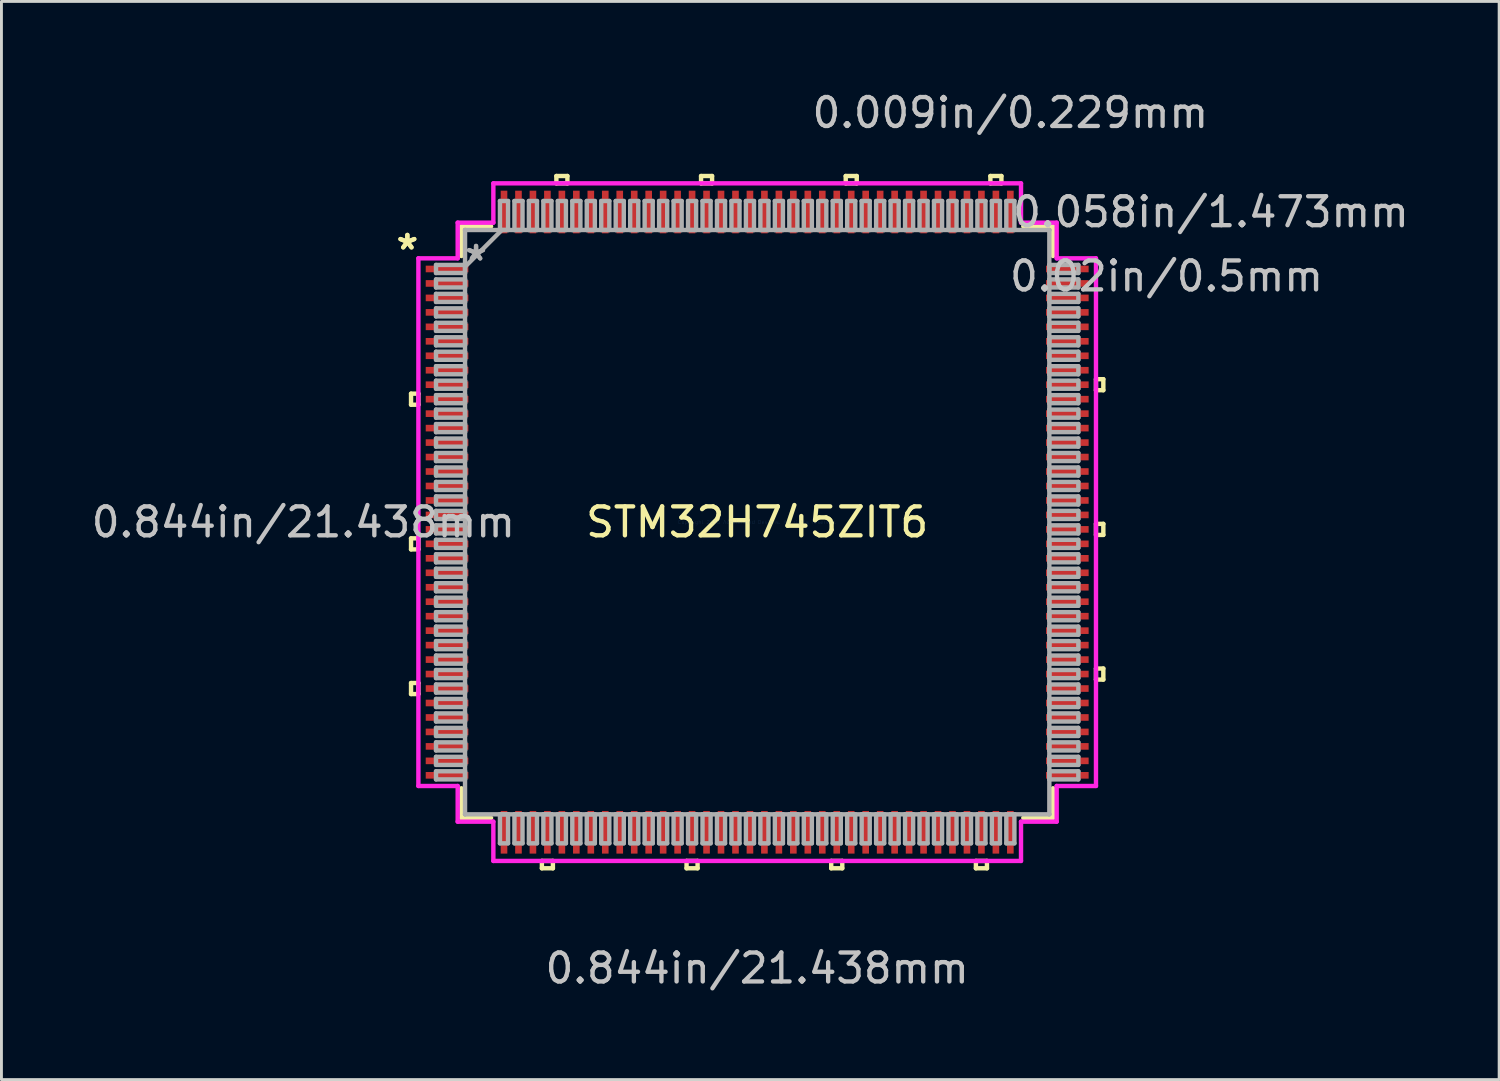
<source format=kicad_pcb>
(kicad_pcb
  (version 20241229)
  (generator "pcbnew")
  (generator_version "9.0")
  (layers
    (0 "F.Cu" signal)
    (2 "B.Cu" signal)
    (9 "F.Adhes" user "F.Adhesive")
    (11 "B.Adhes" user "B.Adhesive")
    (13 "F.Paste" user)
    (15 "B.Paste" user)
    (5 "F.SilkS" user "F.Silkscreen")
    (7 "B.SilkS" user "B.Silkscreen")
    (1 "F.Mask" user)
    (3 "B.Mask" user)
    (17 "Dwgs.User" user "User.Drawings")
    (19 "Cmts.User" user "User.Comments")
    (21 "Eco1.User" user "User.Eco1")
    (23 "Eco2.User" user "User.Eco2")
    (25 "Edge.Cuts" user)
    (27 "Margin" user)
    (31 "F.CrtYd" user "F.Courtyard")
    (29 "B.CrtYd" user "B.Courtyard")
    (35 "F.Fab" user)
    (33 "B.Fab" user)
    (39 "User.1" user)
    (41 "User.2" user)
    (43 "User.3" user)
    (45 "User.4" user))
  (footprint "STM32H745ZIT6"
    (layer "F.Cu")
    (at 23.119 14.996)
    (property "Reference" "STM32H745ZIT6" (at 0 0 0) (layer "F.SilkS") (effects (font (size 1 1) (thickness 0.15))))
    (attr through_hole)
    (fp_line (start -11.963 -4.44) (end -11.963 -4.059) (stroke (width 0.152) (type solid)) (layer "F.SilkS"))
    (fp_line (start -11.963 -4.059) (end -11.709 -4.059) (stroke (width 0.152) (type solid)) (layer "F.SilkS"))
    (fp_line (start -11.963 0.56) (end -11.963 0.941) (stroke (width 0.152) (type solid)) (layer "F.SilkS"))
    (fp_line (start -11.963 0.941) (end -11.709 0.941) (stroke (width 0.152) (type solid)) (layer "F.SilkS"))
    (fp_line (start -11.963 5.56) (end -11.963 5.941) (stroke (width 0.152) (type solid)) (layer "F.SilkS"))
    (fp_line (start -11.963 5.941) (end -11.709 5.941) (stroke (width 0.152) (type solid)) (layer "F.SilkS"))
    (fp_line (start -11.709 -4.44) (end -11.963 -4.44) (stroke (width 0.152) (type solid)) (layer "F.SilkS"))
    (fp_line (start -11.709 -4.059) (end -11.709 -4.44) (stroke (width 0.152) (type solid)) (layer "F.SilkS"))
    (fp_line (start -11.709 0.56) (end -11.963 0.56) (stroke (width 0.152) (type solid)) (layer "F.SilkS"))
    (fp_line (start -11.709 0.941) (end -11.709 0.56) (stroke (width 0.152) (type solid)) (layer "F.SilkS"))
    (fp_line (start -11.709 5.56) (end -11.963 5.56) (stroke (width 0.152) (type solid)) (layer "F.SilkS"))
    (fp_line (start -11.709 5.941) (end -11.709 5.56) (stroke (width 0.152) (type solid)) (layer "F.SilkS"))
    (fp_line (start -10.223 -10.223) (end -10.223 -9.197) (stroke (width 0.152) (type solid)) (layer "F.SilkS"))
    (fp_line (start -10.223 9.197) (end -10.223 10.223) (stroke (width 0.152) (type solid)) (layer "F.SilkS"))
    (fp_line (start -10.223 10.223) (end -9.197 10.223) (stroke (width 0.152) (type solid)) (layer "F.SilkS"))
    (fp_line (start -9.197 -10.223) (end -10.223 -10.223) (stroke (width 0.152) (type solid)) (layer "F.SilkS"))
    (fp_line (start -7.441 11.709) (end -7.441 11.963) (stroke (width 0.152) (type solid)) (layer "F.SilkS"))
    (fp_line (start -7.441 11.963) (end -7.06 11.963) (stroke (width 0.152) (type solid)) (layer "F.SilkS"))
    (fp_line (start -7.06 11.709) (end -7.441 11.709) (stroke (width 0.152) (type solid)) (layer "F.SilkS"))
    (fp_line (start -7.06 11.963) (end -7.06 11.709) (stroke (width 0.152) (type solid)) (layer "F.SilkS"))
    (fp_line (start -6.94 -11.963) (end -6.559 -11.963) (stroke (width 0.152) (type solid)) (layer "F.SilkS"))
    (fp_line (start -6.94 -11.709) (end -6.94 -11.963) (stroke (width 0.152) (type solid)) (layer "F.SilkS"))
    (fp_line (start -6.559 -11.963) (end -6.559 -11.709) (stroke (width 0.152) (type solid)) (layer "F.SilkS"))
    (fp_line (start -6.559 -11.709) (end -6.94 -11.709) (stroke (width 0.152) (type solid)) (layer "F.SilkS"))
    (fp_line (start -2.441 11.709) (end -2.441 11.963) (stroke (width 0.152) (type solid)) (layer "F.SilkS"))
    (fp_line (start -2.441 11.963) (end -2.06 11.963) (stroke (width 0.152) (type solid)) (layer "F.SilkS"))
    (fp_line (start -2.06 11.709) (end -2.441 11.709) (stroke (width 0.152) (type solid)) (layer "F.SilkS"))
    (fp_line (start -2.06 11.963) (end -2.06 11.709) (stroke (width 0.152) (type solid)) (layer "F.SilkS"))
    (fp_line (start -1.94 -11.963) (end -1.559 -11.963) (stroke (width 0.152) (type solid)) (layer "F.SilkS"))
    (fp_line (start -1.94 -11.709) (end -1.94 -11.963) (stroke (width 0.152) (type solid)) (layer "F.SilkS"))
    (fp_line (start -1.559 -11.963) (end -1.559 -11.709) (stroke (width 0.152) (type solid)) (layer "F.SilkS"))
    (fp_line (start -1.559 -11.709) (end -1.94 -11.709) (stroke (width 0.152) (type solid)) (layer "F.SilkS"))
    (fp_line (start 2.559 11.709) (end 2.559 11.963) (stroke (width 0.152) (type solid)) (layer "F.SilkS"))
    (fp_line (start 2.559 11.963) (end 2.941 11.963) (stroke (width 0.152) (type solid)) (layer "F.SilkS"))
    (fp_line (start 2.941 11.709) (end 2.559 11.709) (stroke (width 0.152) (type solid)) (layer "F.SilkS"))
    (fp_line (start 2.941 11.963) (end 2.941 11.709) (stroke (width 0.152) (type solid)) (layer "F.SilkS"))
    (fp_line (start 3.06 -11.963) (end 3.441 -11.963) (stroke (width 0.152) (type solid)) (layer "F.SilkS"))
    (fp_line (start 3.06 -11.709) (end 3.06 -11.963) (stroke (width 0.152) (type solid)) (layer "F.SilkS"))
    (fp_line (start 3.441 -11.963) (end 3.441 -11.709) (stroke (width 0.152) (type solid)) (layer "F.SilkS"))
    (fp_line (start 3.441 -11.709) (end 3.06 -11.709) (stroke (width 0.152) (type solid)) (layer "F.SilkS"))
    (fp_line (start 7.559 11.709) (end 7.559 11.963) (stroke (width 0.152) (type solid)) (layer "F.SilkS"))
    (fp_line (start 7.559 11.963) (end 7.941 11.963) (stroke (width 0.152) (type solid)) (layer "F.SilkS"))
    (fp_line (start 7.941 11.709) (end 7.559 11.709) (stroke (width 0.152) (type solid)) (layer "F.SilkS"))
    (fp_line (start 7.941 11.963) (end 7.941 11.709) (stroke (width 0.152) (type solid)) (layer "F.SilkS"))
    (fp_line (start 8.06 -11.963) (end 8.441 -11.963) (stroke (width 0.152) (type solid)) (layer "F.SilkS"))
    (fp_line (start 8.06 -11.709) (end 8.06 -11.963) (stroke (width 0.152) (type solid)) (layer "F.SilkS"))
    (fp_line (start 8.441 -11.963) (end 8.441 -11.709) (stroke (width 0.152) (type solid)) (layer "F.SilkS"))
    (fp_line (start 8.441 -11.709) (end 8.06 -11.709) (stroke (width 0.152) (type solid)) (layer "F.SilkS"))
    (fp_line (start 9.197 10.223) (end 10.223 10.223) (stroke (width 0.152) (type solid)) (layer "F.SilkS"))
    (fp_line (start 10.223 -10.223) (end 9.197 -10.223) (stroke (width 0.152) (type solid)) (layer "F.SilkS"))
    (fp_line (start 10.223 -9.197) (end 10.223 -10.223) (stroke (width 0.152) (type solid)) (layer "F.SilkS"))
    (fp_line (start 10.223 10.223) (end 10.223 9.197) (stroke (width 0.152) (type solid)) (layer "F.SilkS"))
    (fp_line (start 11.709 -4.941) (end 11.963 -4.941) (stroke (width 0.152) (type solid)) (layer "F.SilkS"))
    (fp_line (start 11.709 -4.56) (end 11.709 -4.941) (stroke (width 0.152) (type solid)) (layer "F.SilkS"))
    (fp_line (start 11.709 0.059) (end 11.963 0.059) (stroke (width 0.152) (type solid)) (layer "F.SilkS"))
    (fp_line (start 11.709 0.441) (end 11.709 0.059) (stroke (width 0.152) (type solid)) (layer "F.SilkS"))
    (fp_line (start 11.709 5.059) (end 11.963 5.059) (stroke (width 0.152) (type solid)) (layer "F.SilkS"))
    (fp_line (start 11.709 5.441) (end 11.709 5.059) (stroke (width 0.152) (type solid)) (layer "F.SilkS"))
    (fp_line (start 11.963 -4.941) (end 11.963 -4.56) (stroke (width 0.152) (type solid)) (layer "F.SilkS"))
    (fp_line (start 11.963 -4.56) (end 11.709 -4.56) (stroke (width 0.152) (type solid)) (layer "F.SilkS"))
    (fp_line (start 11.963 0.059) (end 11.963 0.441) (stroke (width 0.152) (type solid)) (layer "F.SilkS"))
    (fp_line (start 11.963 0.441) (end 11.709 0.441) (stroke (width 0.152) (type solid)) (layer "F.SilkS"))
    (fp_line (start 11.963 5.059) (end 11.963 5.441) (stroke (width 0.152) (type solid)) (layer "F.SilkS"))
    (fp_line (start 11.963 5.441) (end 11.709 5.441) (stroke (width 0.152) (type solid)) (layer "F.SilkS"))
    (fp_line (start -11.709 -9.118) (end -10.351 -9.118) (stroke (width 0.152) (type solid)) (layer "F.CrtYd"))
    (fp_line (start -11.709 9.118) (end -11.709 -9.118) (stroke (width 0.152) (type solid)) (layer "F.CrtYd"))
    (fp_line (start -10.351 -10.351) (end -9.118 -10.351) (stroke (width 0.152) (type solid)) (layer "F.CrtYd"))
    (fp_line (start -10.351 -9.118) (end -10.351 -10.351) (stroke (width 0.152) (type solid)) (layer "F.CrtYd"))
    (fp_line (start -10.351 9.118) (end -11.709 9.118) (stroke (width 0.152) (type solid)) (layer "F.CrtYd"))
    (fp_line (start -10.351 10.351) (end -10.351 9.118) (stroke (width 0.152) (type solid)) (layer "F.CrtYd"))
    (fp_line (start -9.118 -11.709) (end 9.118 -11.709) (stroke (width 0.152) (type solid)) (layer "F.CrtYd"))
    (fp_line (start -9.118 -10.351) (end -9.118 -11.709) (stroke (width 0.152) (type solid)) (layer "F.CrtYd"))
    (fp_line (start -9.118 10.351) (end -10.351 10.351) (stroke (width 0.152) (type solid)) (layer "F.CrtYd"))
    (fp_line (start -9.118 11.709) (end -9.118 10.351) (stroke (width 0.152) (type solid)) (layer "F.CrtYd"))
    (fp_line (start 9.118 -11.709) (end 9.118 -10.351) (stroke (width 0.152) (type solid)) (layer "F.CrtYd"))
    (fp_line (start 9.118 -10.351) (end 10.351 -10.351) (stroke (width 0.152) (type solid)) (layer "F.CrtYd"))
    (fp_line (start 9.118 10.351) (end 9.118 11.709) (stroke (width 0.152) (type solid)) (layer "F.CrtYd"))
    (fp_line (start 9.118 11.709) (end -9.118 11.709) (stroke (width 0.152) (type solid)) (layer "F.CrtYd"))
    (fp_line (start 10.351 -10.351) (end 10.351 -9.118) (stroke (width 0.152) (type solid)) (layer "F.CrtYd"))
    (fp_line (start 10.351 -9.118) (end 11.709 -9.118) (stroke (width 0.152) (type solid)) (layer "F.CrtYd"))
    (fp_line (start 10.351 9.118) (end 10.351 10.351) (stroke (width 0.152) (type solid)) (layer "F.CrtYd"))
    (fp_line (start 10.351 10.351) (end 9.118 10.351) (stroke (width 0.152) (type solid)) (layer "F.CrtYd"))
    (fp_line (start 11.709 -9.118) (end 11.709 9.118) (stroke (width 0.152) (type solid)) (layer "F.CrtYd"))
    (fp_line (start 11.709 9.118) (end 10.351 9.118) (stroke (width 0.152) (type solid)) (layer "F.CrtYd"))
    (fp_line (start -11.1 -8.89) (end -11.1 -8.61) (stroke (width 0.152) (type solid)) (layer "F.Fab"))
    (fp_line (start -11.1 -8.61) (end -10.097 -8.61) (stroke (width 0.152) (type solid)) (layer "F.Fab"))
    (fp_line (start -11.1 -8.39) (end -11.1 -8.11) (stroke (width 0.152) (type solid)) (layer "F.Fab"))
    (fp_line (start -11.1 -8.11) (end -10.097 -8.11) (stroke (width 0.152) (type solid)) (layer "F.Fab"))
    (fp_line (start -11.1 -7.89) (end -11.1 -7.61) (stroke (width 0.152) (type solid)) (layer "F.Fab"))
    (fp_line (start -11.1 -7.61) (end -10.097 -7.61) (stroke (width 0.152) (type solid)) (layer "F.Fab"))
    (fp_line (start -11.1 -7.39) (end -11.1 -7.11) (stroke (width 0.152) (type solid)) (layer "F.Fab"))
    (fp_line (start -11.1 -7.11) (end -10.097 -7.11) (stroke (width 0.152) (type solid)) (layer "F.Fab"))
    (fp_line (start -11.1 -6.89) (end -11.1 -6.61) (stroke (width 0.152) (type solid)) (layer "F.Fab"))
    (fp_line (start -11.1 -6.61) (end -10.097 -6.61) (stroke (width 0.152) (type solid)) (layer "F.Fab"))
    (fp_line (start -11.1 -6.39) (end -11.1 -6.11) (stroke (width 0.152) (type solid)) (layer "F.Fab"))
    (fp_line (start -11.1 -6.11) (end -10.097 -6.11) (stroke (width 0.152) (type solid)) (layer "F.Fab"))
    (fp_line (start -11.1 -5.89) (end -11.1 -5.61) (stroke (width 0.152) (type solid)) (layer "F.Fab"))
    (fp_line (start -11.1 -5.61) (end -10.097 -5.61) (stroke (width 0.152) (type solid)) (layer "F.Fab"))
    (fp_line (start -11.1 -5.39) (end -11.1 -5.11) (stroke (width 0.152) (type solid)) (layer "F.Fab"))
    (fp_line (start -11.1 -5.11) (end -10.097 -5.11) (stroke (width 0.152) (type solid)) (layer "F.Fab"))
    (fp_line (start -11.1 -4.89) (end -11.1 -4.61) (stroke (width 0.152) (type solid)) (layer "F.Fab"))
    (fp_line (start -11.1 -4.61) (end -10.097 -4.61) (stroke (width 0.152) (type solid)) (layer "F.Fab"))
    (fp_line (start -11.1 -4.39) (end -11.1 -4.11) (stroke (width 0.152) (type solid)) (layer "F.Fab"))
    (fp_line (start -11.1 -4.11) (end -10.097 -4.11) (stroke (width 0.152) (type solid)) (layer "F.Fab"))
    (fp_line (start -11.1 -3.89) (end -11.1 -3.61) (stroke (width 0.152) (type solid)) (layer "F.Fab"))
    (fp_line (start -11.1 -3.61) (end -10.097 -3.61) (stroke (width 0.152) (type solid)) (layer "F.Fab"))
    (fp_line (start -11.1 -3.39) (end -11.1 -3.11) (stroke (width 0.152) (type solid)) (layer "F.Fab"))
    (fp_line (start -11.1 -3.11) (end -10.097 -3.11) (stroke (width 0.152) (type solid)) (layer "F.Fab"))
    (fp_line (start -11.1 -2.89) (end -11.1 -2.61) (stroke (width 0.152) (type solid)) (layer "F.Fab"))
    (fp_line (start -11.1 -2.61) (end -10.097 -2.61) (stroke (width 0.152) (type solid)) (layer "F.Fab"))
    (fp_line (start -11.1 -2.39) (end -11.1 -2.11) (stroke (width 0.152) (type solid)) (layer "F.Fab"))
    (fp_line (start -11.1 -2.11) (end -10.097 -2.11) (stroke (width 0.152) (type solid)) (layer "F.Fab"))
    (fp_line (start -11.1 -1.89) (end -11.1 -1.61) (stroke (width 0.152) (type solid)) (layer "F.Fab"))
    (fp_line (start -11.1 -1.61) (end -10.097 -1.61) (stroke (width 0.152) (type solid)) (layer "F.Fab"))
    (fp_line (start -11.1 -1.39) (end -11.1 -1.11) (stroke (width 0.152) (type solid)) (layer "F.Fab"))
    (fp_line (start -11.1 -1.11) (end -10.097 -1.11) (stroke (width 0.152) (type solid)) (layer "F.Fab"))
    (fp_line (start -11.1 -0.89) (end -11.1 -0.61) (stroke (width 0.152) (type solid)) (layer "F.Fab"))
    (fp_line (start -11.1 -0.61) (end -10.097 -0.61) (stroke (width 0.152) (type solid)) (layer "F.Fab"))
    (fp_line (start -11.1 -0.39) (end -11.1 -0.11) (stroke (width 0.152) (type solid)) (layer "F.Fab"))
    (fp_line (start -11.1 -0.11) (end -10.097 -0.11) (stroke (width 0.152) (type solid)) (layer "F.Fab"))
    (fp_line (start -11.1 0.11) (end -11.1 0.39) (stroke (width 0.152) (type solid)) (layer "F.Fab"))
    (fp_line (start -11.1 0.39) (end -10.097 0.39) (stroke (width 0.152) (type solid)) (layer "F.Fab"))
    (fp_line (start -11.1 0.61) (end -11.1 0.89) (stroke (width 0.152) (type solid)) (layer "F.Fab"))
    (fp_line (start -11.1 0.89) (end -10.097 0.89) (stroke (width 0.152) (type solid)) (layer "F.Fab"))
    (fp_line (start -11.1 1.11) (end -11.1 1.39) (stroke (width 0.152) (type solid)) (layer "F.Fab"))
    (fp_line (start -11.1 1.39) (end -10.097 1.39) (stroke (width 0.152) (type solid)) (layer "F.Fab"))
    (fp_line (start -11.1 1.61) (end -11.1 1.89) (stroke (width 0.152) (type solid)) (layer "F.Fab"))
    (fp_line (start -11.1 1.89) (end -10.097 1.89) (stroke (width 0.152) (type solid)) (layer "F.Fab"))
    (fp_line (start -11.1 2.11) (end -11.1 2.39) (stroke (width 0.152) (type solid)) (layer "F.Fab"))
    (fp_line (start -11.1 2.39) (end -10.097 2.39) (stroke (width 0.152) (type solid)) (layer "F.Fab"))
    (fp_line (start -11.1 2.61) (end -11.1 2.89) (stroke (width 0.152) (type solid)) (layer "F.Fab"))
    (fp_line (start -11.1 2.89) (end -10.097 2.89) (stroke (width 0.152) (type solid)) (layer "F.Fab"))
    (fp_line (start -11.1 3.11) (end -11.1 3.39) (stroke (width 0.152) (type solid)) (layer "F.Fab"))
    (fp_line (start -11.1 3.39) (end -10.097 3.39) (stroke (width 0.152) (type solid)) (layer "F.Fab"))
    (fp_line (start -11.1 3.61) (end -11.1 3.89) (stroke (width 0.152) (type solid)) (layer "F.Fab"))
    (fp_line (start -11.1 3.89) (end -10.097 3.89) (stroke (width 0.152) (type solid)) (layer "F.Fab"))
    (fp_line (start -11.1 4.11) (end -11.1 4.39) (stroke (width 0.152) (type solid)) (layer "F.Fab"))
    (fp_line (start -11.1 4.39) (end -10.097 4.39) (stroke (width 0.152) (type solid)) (layer "F.Fab"))
    (fp_line (start -11.1 4.61) (end -11.1 4.89) (stroke (width 0.152) (type solid)) (layer "F.Fab"))
    (fp_line (start -11.1 4.89) (end -10.097 4.89) (stroke (width 0.152) (type solid)) (layer "F.Fab"))
    (fp_line (start -11.1 5.11) (end -11.1 5.39) (stroke (width 0.152) (type solid)) (layer "F.Fab"))
    (fp_line (start -11.1 5.39) (end -10.097 5.39) (stroke (width 0.152) (type solid)) (layer "F.Fab"))
    (fp_line (start -11.1 5.61) (end -11.1 5.89) (stroke (width 0.152) (type solid)) (layer "F.Fab"))
    (fp_line (start -11.1 5.89) (end -10.097 5.89) (stroke (width 0.152) (type solid)) (layer "F.Fab"))
    (fp_line (start -11.1 6.11) (end -11.1 6.39) (stroke (width 0.152) (type solid)) (layer "F.Fab"))
    (fp_line (start -11.1 6.39) (end -10.097 6.39) (stroke (width 0.152) (type solid)) (layer "F.Fab"))
    (fp_line (start -11.1 6.61) (end -11.1 6.89) (stroke (width 0.152) (type solid)) (layer "F.Fab"))
    (fp_line (start -11.1 6.89) (end -10.097 6.89) (stroke (width 0.152) (type solid)) (layer "F.Fab"))
    (fp_line (start -11.1 7.11) (end -11.1 7.39) (stroke (width 0.152) (type solid)) (layer "F.Fab"))
    (fp_line (start -11.1 7.39) (end -10.097 7.39) (stroke (width 0.152) (type solid)) (layer "F.Fab"))
    (fp_line (start -11.1 7.61) (end -11.1 7.89) (stroke (width 0.152) (type solid)) (layer "F.Fab"))
    (fp_line (start -11.1 7.89) (end -10.097 7.89) (stroke (width 0.152) (type solid)) (layer "F.Fab"))
    (fp_line (start -11.1 8.11) (end -11.1 8.39) (stroke (width 0.152) (type solid)) (layer "F.Fab"))
    (fp_line (start -11.1 8.39) (end -10.097 8.39) (stroke (width 0.152) (type solid)) (layer "F.Fab"))
    (fp_line (start -11.1 8.61) (end -11.1 8.89) (stroke (width 0.152) (type solid)) (layer "F.Fab"))
    (fp_line (start -11.1 8.89) (end -10.097 8.89) (stroke (width 0.152) (type solid)) (layer "F.Fab"))
    (fp_line (start -10.097 -10.097) (end -10.097 -10.097) (stroke (width 0.152) (type solid)) (layer "F.Fab"))
    (fp_line (start -10.097 -10.097) (end -10.097 10.097) (stroke (width 0.152) (type solid)) (layer "F.Fab"))
    (fp_line (start -10.097 -8.89) (end -11.1 -8.89) (stroke (width 0.152) (type solid)) (layer "F.Fab"))
    (fp_line (start -10.097 -8.826) (end -8.826 -10.097) (stroke (width 0.152) (type solid)) (layer "F.Fab"))
    (fp_line (start -10.097 -8.61) (end -10.097 -8.89) (stroke (width 0.152) (type solid)) (layer "F.Fab"))
    (fp_line (start -10.097 -8.39) (end -11.1 -8.39) (stroke (width 0.152) (type solid)) (layer "F.Fab"))
    (fp_line (start -10.097 -8.11) (end -10.097 -8.39) (stroke (width 0.152) (type solid)) (layer "F.Fab"))
    (fp_line (start -10.097 -7.89) (end -11.1 -7.89) (stroke (width 0.152) (type solid)) (layer "F.Fab"))
    (fp_line (start -10.097 -7.61) (end -10.097 -7.89) (stroke (width 0.152) (type solid)) (layer "F.Fab"))
    (fp_line (start -10.097 -7.39) (end -11.1 -7.39) (stroke (width 0.152) (type solid)) (layer "F.Fab"))
    (fp_line (start -10.097 -7.11) (end -10.097 -7.39) (stroke (width 0.152) (type solid)) (layer "F.Fab"))
    (fp_line (start -10.097 -6.89) (end -11.1 -6.89) (stroke (width 0.152) (type solid)) (layer "F.Fab"))
    (fp_line (start -10.097 -6.61) (end -10.097 -6.89) (stroke (width 0.152) (type solid)) (layer "F.Fab"))
    (fp_line (start -10.097 -6.39) (end -11.1 -6.39) (stroke (width 0.152) (type solid)) (layer "F.Fab"))
    (fp_line (start -10.097 -6.11) (end -10.097 -6.39) (stroke (width 0.152) (type solid)) (layer "F.Fab"))
    (fp_line (start -10.097 -5.89) (end -11.1 -5.89) (stroke (width 0.152) (type solid)) (layer "F.Fab"))
    (fp_line (start -10.097 -5.61) (end -10.097 -5.89) (stroke (width 0.152) (type solid)) (layer "F.Fab"))
    (fp_line (start -10.097 -5.39) (end -11.1 -5.39) (stroke (width 0.152) (type solid)) (layer "F.Fab"))
    (fp_line (start -10.097 -5.11) (end -10.097 -5.39) (stroke (width 0.152) (type solid)) (layer "F.Fab"))
    (fp_line (start -10.097 -4.89) (end -11.1 -4.89) (stroke (width 0.152) (type solid)) (layer "F.Fab"))
    (fp_line (start -10.097 -4.61) (end -10.097 -4.89) (stroke (width 0.152) (type solid)) (layer "F.Fab"))
    (fp_line (start -10.097 -4.39) (end -11.1 -4.39) (stroke (width 0.152) (type solid)) (layer "F.Fab"))
    (fp_line (start -10.097 -4.11) (end -10.097 -4.39) (stroke (width 0.152) (type solid)) (layer "F.Fab"))
    (fp_line (start -10.097 -3.89) (end -11.1 -3.89) (stroke (width 0.152) (type solid)) (layer "F.Fab"))
    (fp_line (start -10.097 -3.61) (end -10.097 -3.89) (stroke (width 0.152) (type solid)) (layer "F.Fab"))
    (fp_line (start -10.097 -3.39) (end -11.1 -3.39) (stroke (width 0.152) (type solid)) (layer "F.Fab"))
    (fp_line (start -10.097 -3.11) (end -10.097 -3.39) (stroke (width 0.152) (type solid)) (layer "F.Fab"))
    (fp_line (start -10.097 -2.89) (end -11.1 -2.89) (stroke (width 0.152) (type solid)) (layer "F.Fab"))
    (fp_line (start -10.097 -2.61) (end -10.097 -2.89) (stroke (width 0.152) (type solid)) (layer "F.Fab"))
    (fp_line (start -10.097 -2.39) (end -11.1 -2.39) (stroke (width 0.152) (type solid)) (layer "F.Fab"))
    (fp_line (start -10.097 -2.11) (end -10.097 -2.39) (stroke (width 0.152) (type solid)) (layer "F.Fab"))
    (fp_line (start -10.097 -1.89) (end -11.1 -1.89) (stroke (width 0.152) (type solid)) (layer "F.Fab"))
    (fp_line (start -10.097 -1.61) (end -10.097 -1.89) (stroke (width 0.152) (type solid)) (layer "F.Fab"))
    (fp_line (start -10.097 -1.39) (end -11.1 -1.39) (stroke (width 0.152) (type solid)) (layer "F.Fab"))
    (fp_line (start -10.097 -1.11) (end -10.097 -1.39) (stroke (width 0.152) (type solid)) (layer "F.Fab"))
    (fp_line (start -10.097 -0.89) (end -11.1 -0.89) (stroke (width 0.152) (type solid)) (layer "F.Fab"))
    (fp_line (start -10.097 -0.61) (end -10.097 -0.89) (stroke (width 0.152) (type solid)) (layer "F.Fab"))
    (fp_line (start -10.097 -0.39) (end -11.1 -0.39) (stroke (width 0.152) (type solid)) (layer "F.Fab"))
    (fp_line (start -10.097 -0.11) (end -10.097 -0.39) (stroke (width 0.152) (type solid)) (layer "F.Fab"))
    (fp_line (start -10.097 0.11) (end -11.1 0.11) (stroke (width 0.152) (type solid)) (layer "F.Fab"))
    (fp_line (start -10.097 0.39) (end -10.097 0.11) (stroke (width 0.152) (type solid)) (layer "F.Fab"))
    (fp_line (start -10.097 0.61) (end -11.1 0.61) (stroke (width 0.152) (type solid)) (layer "F.Fab"))
    (fp_line (start -10.097 0.89) (end -10.097 0.61) (stroke (width 0.152) (type solid)) (layer "F.Fab"))
    (fp_line (start -10.097 1.11) (end -11.1 1.11) (stroke (width 0.152) (type solid)) (layer "F.Fab"))
    (fp_line (start -10.097 1.39) (end -10.097 1.11) (stroke (width 0.152) (type solid)) (layer "F.Fab"))
    (fp_line (start -10.097 1.61) (end -11.1 1.61) (stroke (width 0.152) (type solid)) (layer "F.Fab"))
    (fp_line (start -10.097 1.89) (end -10.097 1.61) (stroke (width 0.152) (type solid)) (layer "F.Fab"))
    (fp_line (start -10.097 2.11) (end -11.1 2.11) (stroke (width 0.152) (type solid)) (layer "F.Fab"))
    (fp_line (start -10.097 2.39) (end -10.097 2.11) (stroke (width 0.152) (type solid)) (layer "F.Fab"))
    (fp_line (start -10.097 2.61) (end -11.1 2.61) (stroke (width 0.152) (type solid)) (layer "F.Fab"))
    (fp_line (start -10.097 2.89) (end -10.097 2.61) (stroke (width 0.152) (type solid)) (layer "F.Fab"))
    (fp_line (start -10.097 3.11) (end -11.1 3.11) (stroke (width 0.152) (type solid)) (layer "F.Fab"))
    (fp_line (start -10.097 3.39) (end -10.097 3.11) (stroke (width 0.152) (type solid)) (layer "F.Fab"))
    (fp_line (start -10.097 3.61) (end -11.1 3.61) (stroke (width 0.152) (type solid)) (layer "F.Fab"))
    (fp_line (start -10.097 3.89) (end -10.097 3.61) (stroke (width 0.152) (type solid)) (layer "F.Fab"))
    (fp_line (start -10.097 4.11) (end -11.1 4.11) (stroke (width 0.152) (type solid)) (layer "F.Fab"))
    (fp_line (start -10.097 4.39) (end -10.097 4.11) (stroke (width 0.152) (type solid)) (layer "F.Fab"))
    (fp_line (start -10.097 4.61) (end -11.1 4.61) (stroke (width 0.152) (type solid)) (layer "F.Fab"))
    (fp_line (start -10.097 4.89) (end -10.097 4.61) (stroke (width 0.152) (type solid)) (layer "F.Fab"))
    (fp_line (start -10.097 5.11) (end -11.1 5.11) (stroke (width 0.152) (type solid)) (layer "F.Fab"))
    (fp_line (start -10.097 5.39) (end -10.097 5.11) (stroke (width 0.152) (type solid)) (layer "F.Fab"))
    (fp_line (start -10.097 5.61) (end -11.1 5.61) (stroke (width 0.152) (type solid)) (layer "F.Fab"))
    (fp_line (start -10.097 5.89) (end -10.097 5.61) (stroke (width 0.152) (type solid)) (layer "F.Fab"))
    (fp_line (start -10.097 6.11) (end -11.1 6.11) (stroke (width 0.152) (type solid)) (layer "F.Fab"))
    (fp_line (start -10.097 6.39) (end -10.097 6.11) (stroke (width 0.152) (type solid)) (layer "F.Fab"))
    (fp_line (start -10.097 6.61) (end -11.1 6.61) (stroke (width 0.152) (type solid)) (layer "F.Fab"))
    (fp_line (start -10.097 6.89) (end -10.097 6.61) (stroke (width 0.152) (type solid)) (layer "F.Fab"))
    (fp_line (start -10.097 7.11) (end -11.1 7.11) (stroke (width 0.152) (type solid)) (layer "F.Fab"))
    (fp_line (start -10.097 7.39) (end -10.097 7.11) (stroke (width 0.152) (type solid)) (layer "F.Fab"))
    (fp_line (start -10.097 7.61) (end -11.1 7.61) (stroke (width 0.152) (type solid)) (layer "F.Fab"))
    (fp_line (start -10.097 7.89) (end -10.097 7.61) (stroke (width 0.152) (type solid)) (layer "F.Fab"))
    (fp_line (start -10.097 8.11) (end -11.1 8.11) (stroke (width 0.152) (type solid)) (layer "F.Fab"))
    (fp_line (start -10.097 8.39) (end -10.097 8.11) (stroke (width 0.152) (type solid)) (layer "F.Fab"))
    (fp_line (start -10.097 8.61) (end -11.1 8.61) (stroke (width 0.152) (type solid)) (layer "F.Fab"))
    (fp_line (start -10.097 8.89) (end -10.097 8.61) (stroke (width 0.152) (type solid)) (layer "F.Fab"))
    (fp_line (start -10.097 10.097) (end -10.097 10.097) (stroke (width 0.152) (type solid)) (layer "F.Fab"))
    (fp_line (start -10.097 10.097) (end 10.097 10.097) (stroke (width 0.152) (type solid)) (layer "F.Fab"))
    (fp_line (start -8.89 -11.1) (end -8.89 -10.097) (stroke (width 0.152) (type solid)) (layer "F.Fab"))
    (fp_line (start -8.89 -10.097) (end -8.61 -10.097) (stroke (width 0.152) (type solid)) (layer "F.Fab"))
    (fp_line (start -8.89 10.097) (end -8.89 11.1) (stroke (width 0.152) (type solid)) (layer "F.Fab"))
    (fp_line (start -8.89 11.1) (end -8.61 11.1) (stroke (width 0.152) (type solid)) (layer "F.Fab"))
    (fp_line (start -8.61 -11.1) (end -8.89 -11.1) (stroke (width 0.152) (type solid)) (layer "F.Fab"))
    (fp_line (start -8.61 -10.097) (end -8.61 -11.1) (stroke (width 0.152) (type solid)) (layer "F.Fab"))
    (fp_line (start -8.61 10.097) (end -8.89 10.097) (stroke (width 0.152) (type solid)) (layer "F.Fab"))
    (fp_line (start -8.61 11.1) (end -8.61 10.097) (stroke (width 0.152) (type solid)) (layer "F.Fab"))
    (fp_line (start -8.39 -11.1) (end -8.39 -10.097) (stroke (width 0.152) (type solid)) (layer "F.Fab"))
    (fp_line (start -8.39 -10.097) (end -8.11 -10.097) (stroke (width 0.152) (type solid)) (layer "F.Fab"))
    (fp_line (start -8.39 10.097) (end -8.39 11.1) (stroke (width 0.152) (type solid)) (layer "F.Fab"))
    (fp_line (start -8.39 11.1) (end -8.11 11.1) (stroke (width 0.152) (type solid)) (layer "F.Fab"))
    (fp_line (start -8.11 -11.1) (end -8.39 -11.1) (stroke (width 0.152) (type solid)) (layer "F.Fab"))
    (fp_line (start -8.11 -10.097) (end -8.11 -11.1) (stroke (width 0.152) (type solid)) (layer "F.Fab"))
    (fp_line (start -8.11 10.097) (end -8.39 10.097) (stroke (width 0.152) (type solid)) (layer "F.Fab"))
    (fp_line (start -8.11 11.1) (end -8.11 10.097) (stroke (width 0.152) (type solid)) (layer "F.Fab"))
    (fp_line (start -7.89 -11.1) (end -7.89 -10.097) (stroke (width 0.152) (type solid)) (layer "F.Fab"))
    (fp_line (start -7.89 -10.097) (end -7.61 -10.097) (stroke (width 0.152) (type solid)) (layer "F.Fab"))
    (fp_line (start -7.89 10.097) (end -7.89 11.1) (stroke (width 0.152) (type solid)) (layer "F.Fab"))
    (fp_line (start -7.89 11.1) (end -7.61 11.1) (stroke (width 0.152) (type solid)) (layer "F.Fab"))
    (fp_line (start -7.61 -11.1) (end -7.89 -11.1) (stroke (width 0.152) (type solid)) (layer "F.Fab"))
    (fp_line (start -7.61 -10.097) (end -7.61 -11.1) (stroke (width 0.152) (type solid)) (layer "F.Fab"))
    (fp_line (start -7.61 10.097) (end -7.89 10.097) (stroke (width 0.152) (type solid)) (layer "F.Fab"))
    (fp_line (start -7.61 11.1) (end -7.61 10.097) (stroke (width 0.152) (type solid)) (layer "F.Fab"))
    (fp_line (start -7.39 -11.1) (end -7.39 -10.097) (stroke (width 0.152) (type solid)) (layer "F.Fab"))
    (fp_line (start -7.39 -10.097) (end -7.11 -10.097) (stroke (width 0.152) (type solid)) (layer "F.Fab"))
    (fp_line (start -7.39 10.097) (end -7.39 11.1) (stroke (width 0.152) (type solid)) (layer "F.Fab"))
    (fp_line (start -7.39 11.1) (end -7.11 11.1) (stroke (width 0.152) (type solid)) (layer "F.Fab"))
    (fp_line (start -7.11 -11.1) (end -7.39 -11.1) (stroke (width 0.152) (type solid)) (layer "F.Fab"))
    (fp_line (start -7.11 -10.097) (end -7.11 -11.1) (stroke (width 0.152) (type solid)) (layer "F.Fab"))
    (fp_line (start -7.11 10.097) (end -7.39 10.097) (stroke (width 0.152) (type solid)) (layer "F.Fab"))
    (fp_line (start -7.11 11.1) (end -7.11 10.097) (stroke (width 0.152) (type solid)) (layer "F.Fab"))
    (fp_line (start -6.89 -11.1) (end -6.89 -10.097) (stroke (width 0.152) (type solid)) (layer "F.Fab"))
    (fp_line (start -6.89 -10.097) (end -6.61 -10.097) (stroke (width 0.152) (type solid)) (layer "F.Fab"))
    (fp_line (start -6.89 10.097) (end -6.89 11.1) (stroke (width 0.152) (type solid)) (layer "F.Fab"))
    (fp_line (start -6.89 11.1) (end -6.61 11.1) (stroke (width 0.152) (type solid)) (layer "F.Fab"))
    (fp_line (start -6.61 -11.1) (end -6.89 -11.1) (stroke (width 0.152) (type solid)) (layer "F.Fab"))
    (fp_line (start -6.61 -10.097) (end -6.61 -11.1) (stroke (width 0.152) (type solid)) (layer "F.Fab"))
    (fp_line (start -6.61 10.097) (end -6.89 10.097) (stroke (width 0.152) (type solid)) (layer "F.Fab"))
    (fp_line (start -6.61 11.1) (end -6.61 10.097) (stroke (width 0.152) (type solid)) (layer "F.Fab"))
    (fp_line (start -6.39 -11.1) (end -6.39 -10.097) (stroke (width 0.152) (type solid)) (layer "F.Fab"))
    (fp_line (start -6.39 -10.097) (end -6.11 -10.097) (stroke (width 0.152) (type solid)) (layer "F.Fab"))
    (fp_line (start -6.39 10.097) (end -6.39 11.1) (stroke (width 0.152) (type solid)) (layer "F.Fab"))
    (fp_line (start -6.39 11.1) (end -6.11 11.1) (stroke (width 0.152) (type solid)) (layer "F.Fab"))
    (fp_line (start -6.11 -11.1) (end -6.39 -11.1) (stroke (width 0.152) (type solid)) (layer "F.Fab"))
    (fp_line (start -6.11 -10.097) (end -6.11 -11.1) (stroke (width 0.152) (type solid)) (layer "F.Fab"))
    (fp_line (start -6.11 10.097) (end -6.39 10.097) (stroke (width 0.152) (type solid)) (layer "F.Fab"))
    (fp_line (start -6.11 11.1) (end -6.11 10.097) (stroke (width 0.152) (type solid)) (layer "F.Fab"))
    (fp_line (start -5.89 -11.1) (end -5.89 -10.097) (stroke (width 0.152) (type solid)) (layer "F.Fab"))
    (fp_line (start -5.89 -10.097) (end -5.61 -10.097) (stroke (width 0.152) (type solid)) (layer "F.Fab"))
    (fp_line (start -5.89 10.097) (end -5.89 11.1) (stroke (width 0.152) (type solid)) (layer "F.Fab"))
    (fp_line (start -5.89 11.1) (end -5.61 11.1) (stroke (width 0.152) (type solid)) (layer "F.Fab"))
    (fp_line (start -5.61 -11.1) (end -5.89 -11.1) (stroke (width 0.152) (type solid)) (layer "F.Fab"))
    (fp_line (start -5.61 -10.097) (end -5.61 -11.1) (stroke (width 0.152) (type solid)) (layer "F.Fab"))
    (fp_line (start -5.61 10.097) (end -5.89 10.097) (stroke (width 0.152) (type solid)) (layer "F.Fab"))
    (fp_line (start -5.61 11.1) (end -5.61 10.097) (stroke (width 0.152) (type solid)) (layer "F.Fab"))
    (fp_line (start -5.39 -11.1) (end -5.39 -10.097) (stroke (width 0.152) (type solid)) (layer "F.Fab"))
    (fp_line (start -5.39 -10.097) (end -5.11 -10.097) (stroke (width 0.152) (type solid)) (layer "F.Fab"))
    (fp_line (start -5.39 10.097) (end -5.39 11.1) (stroke (width 0.152) (type solid)) (layer "F.Fab"))
    (fp_line (start -5.39 11.1) (end -5.11 11.1) (stroke (width 0.152) (type solid)) (layer "F.Fab"))
    (fp_line (start -5.11 -11.1) (end -5.39 -11.1) (stroke (width 0.152) (type solid)) (layer "F.Fab"))
    (fp_line (start -5.11 -10.097) (end -5.11 -11.1) (stroke (width 0.152) (type solid)) (layer "F.Fab"))
    (fp_line (start -5.11 10.097) (end -5.39 10.097) (stroke (width 0.152) (type solid)) (layer "F.Fab"))
    (fp_line (start -5.11 11.1) (end -5.11 10.097) (stroke (width 0.152) (type solid)) (layer "F.Fab"))
    (fp_line (start -4.89 -11.1) (end -4.89 -10.097) (stroke (width 0.152) (type solid)) (layer "F.Fab"))
    (fp_line (start -4.89 -10.097) (end -4.61 -10.097) (stroke (width 0.152) (type solid)) (layer "F.Fab"))
    (fp_line (start -4.89 10.097) (end -4.89 11.1) (stroke (width 0.152) (type solid)) (layer "F.Fab"))
    (fp_line (start -4.89 11.1) (end -4.61 11.1) (stroke (width 0.152) (type solid)) (layer "F.Fab"))
    (fp_line (start -4.61 -11.1) (end -4.89 -11.1) (stroke (width 0.152) (type solid)) (layer "F.Fab"))
    (fp_line (start -4.61 -10.097) (end -4.61 -11.1) (stroke (width 0.152) (type solid)) (layer "F.Fab"))
    (fp_line (start -4.61 10.097) (end -4.89 10.097) (stroke (width 0.152) (type solid)) (layer "F.Fab"))
    (fp_line (start -4.61 11.1) (end -4.61 10.097) (stroke (width 0.152) (type solid)) (layer "F.Fab"))
    (fp_line (start -4.39 -11.1) (end -4.39 -10.097) (stroke (width 0.152) (type solid)) (layer "F.Fab"))
    (fp_line (start -4.39 -10.097) (end -4.11 -10.097) (stroke (width 0.152) (type solid)) (layer "F.Fab"))
    (fp_line (start -4.39 10.097) (end -4.39 11.1) (stroke (width 0.152) (type solid)) (layer "F.Fab"))
    (fp_line (start -4.39 11.1) (end -4.11 11.1) (stroke (width 0.152) (type solid)) (layer "F.Fab"))
    (fp_line (start -4.11 -11.1) (end -4.39 -11.1) (stroke (width 0.152) (type solid)) (layer "F.Fab"))
    (fp_line (start -4.11 -10.097) (end -4.11 -11.1) (stroke (width 0.152) (type solid)) (layer "F.Fab"))
    (fp_line (start -4.11 10.097) (end -4.39 10.097) (stroke (width 0.152) (type solid)) (layer "F.Fab"))
    (fp_line (start -4.11 11.1) (end -4.11 10.097) (stroke (width 0.152) (type solid)) (layer "F.Fab"))
    (fp_line (start -3.89 -11.1) (end -3.89 -10.097) (stroke (width 0.152) (type solid)) (layer "F.Fab"))
    (fp_line (start -3.89 -10.097) (end -3.61 -10.097) (stroke (width 0.152) (type solid)) (layer "F.Fab"))
    (fp_line (start -3.89 10.097) (end -3.89 11.1) (stroke (width 0.152) (type solid)) (layer "F.Fab"))
    (fp_line (start -3.89 11.1) (end -3.61 11.1) (stroke (width 0.152) (type solid)) (layer "F.Fab"))
    (fp_line (start -3.61 -11.1) (end -3.89 -11.1) (stroke (width 0.152) (type solid)) (layer "F.Fab"))
    (fp_line (start -3.61 -10.097) (end -3.61 -11.1) (stroke (width 0.152) (type solid)) (layer "F.Fab"))
    (fp_line (start -3.61 10.097) (end -3.89 10.097) (stroke (width 0.152) (type solid)) (layer "F.Fab"))
    (fp_line (start -3.61 11.1) (end -3.61 10.097) (stroke (width 0.152) (type solid)) (layer "F.Fab"))
    (fp_line (start -3.39 -11.1) (end -3.39 -10.097) (stroke (width 0.152) (type solid)) (layer "F.Fab"))
    (fp_line (start -3.39 -10.097) (end -3.11 -10.097) (stroke (width 0.152) (type solid)) (layer "F.Fab"))
    (fp_line (start -3.39 10.097) (end -3.39 11.1) (stroke (width 0.152) (type solid)) (layer "F.Fab"))
    (fp_line (start -3.39 11.1) (end -3.11 11.1) (stroke (width 0.152) (type solid)) (layer "F.Fab"))
    (fp_line (start -3.11 -11.1) (end -3.39 -11.1) (stroke (width 0.152) (type solid)) (layer "F.Fab"))
    (fp_line (start -3.11 -10.097) (end -3.11 -11.1) (stroke (width 0.152) (type solid)) (layer "F.Fab"))
    (fp_line (start -3.11 10.097) (end -3.39 10.097) (stroke (width 0.152) (type solid)) (layer "F.Fab"))
    (fp_line (start -3.11 11.1) (end -3.11 10.097) (stroke (width 0.152) (type solid)) (layer "F.Fab"))
    (fp_line (start -2.89 -11.1) (end -2.89 -10.097) (stroke (width 0.152) (type solid)) (layer "F.Fab"))
    (fp_line (start -2.89 -10.097) (end -2.61 -10.097) (stroke (width 0.152) (type solid)) (layer "F.Fab"))
    (fp_line (start -2.89 10.097) (end -2.89 11.1) (stroke (width 0.152) (type solid)) (layer "F.Fab"))
    (fp_line (start -2.89 11.1) (end -2.61 11.1) (stroke (width 0.152) (type solid)) (layer "F.Fab"))
    (fp_line (start -2.61 -11.1) (end -2.89 -11.1) (stroke (width 0.152) (type solid)) (layer "F.Fab"))
    (fp_line (start -2.61 -10.097) (end -2.61 -11.1) (stroke (width 0.152) (type solid)) (layer "F.Fab"))
    (fp_line (start -2.61 10.097) (end -2.89 10.097) (stroke (width 0.152) (type solid)) (layer "F.Fab"))
    (fp_line (start -2.61 11.1) (end -2.61 10.097) (stroke (width 0.152) (type solid)) (layer "F.Fab"))
    (fp_line (start -2.39 -11.1) (end -2.39 -10.097) (stroke (width 0.152) (type solid)) (layer "F.Fab"))
    (fp_line (start -2.39 -10.097) (end -2.11 -10.097) (stroke (width 0.152) (type solid)) (layer "F.Fab"))
    (fp_line (start -2.39 10.097) (end -2.39 11.1) (stroke (width 0.152) (type solid)) (layer "F.Fab"))
    (fp_line (start -2.39 11.1) (end -2.11 11.1) (stroke (width 0.152) (type solid)) (layer "F.Fab"))
    (fp_line (start -2.11 -11.1) (end -2.39 -11.1) (stroke (width 0.152) (type solid)) (layer "F.Fab"))
    (fp_line (start -2.11 -10.097) (end -2.11 -11.1) (stroke (width 0.152) (type solid)) (layer "F.Fab"))
    (fp_line (start -2.11 10.097) (end -2.39 10.097) (stroke (width 0.152) (type solid)) (layer "F.Fab"))
    (fp_line (start -2.11 11.1) (end -2.11 10.097) (stroke (width 0.152) (type solid)) (layer "F.Fab"))
    (fp_line (start -1.89 -11.1) (end -1.89 -10.097) (stroke (width 0.152) (type solid)) (layer "F.Fab"))
    (fp_line (start -1.89 -10.097) (end -1.61 -10.097) (stroke (width 0.152) (type solid)) (layer "F.Fab"))
    (fp_line (start -1.89 10.097) (end -1.89 11.1) (stroke (width 0.152) (type solid)) (layer "F.Fab"))
    (fp_line (start -1.89 11.1) (end -1.61 11.1) (stroke (width 0.152) (type solid)) (layer "F.Fab"))
    (fp_line (start -1.61 -11.1) (end -1.89 -11.1) (stroke (width 0.152) (type solid)) (layer "F.Fab"))
    (fp_line (start -1.61 -10.097) (end -1.61 -11.1) (stroke (width 0.152) (type solid)) (layer "F.Fab"))
    (fp_line (start -1.61 10.097) (end -1.89 10.097) (stroke (width 0.152) (type solid)) (layer "F.Fab"))
    (fp_line (start -1.61 11.1) (end -1.61 10.097) (stroke (width 0.152) (type solid)) (layer "F.Fab"))
    (fp_line (start -1.39 -11.1) (end -1.39 -10.097) (stroke (width 0.152) (type solid)) (layer "F.Fab"))
    (fp_line (start -1.39 -10.097) (end -1.11 -10.097) (stroke (width 0.152) (type solid)) (layer "F.Fab"))
    (fp_line (start -1.39 10.097) (end -1.39 11.1) (stroke (width 0.152) (type solid)) (layer "F.Fab"))
    (fp_line (start -1.39 11.1) (end -1.11 11.1) (stroke (width 0.152) (type solid)) (layer "F.Fab"))
    (fp_line (start -1.11 -11.1) (end -1.39 -11.1) (stroke (width 0.152) (type solid)) (layer "F.Fab"))
    (fp_line (start -1.11 -10.097) (end -1.11 -11.1) (stroke (width 0.152) (type solid)) (layer "F.Fab"))
    (fp_line (start -1.11 10.097) (end -1.39 10.097) (stroke (width 0.152) (type solid)) (layer "F.Fab"))
    (fp_line (start -1.11 11.1) (end -1.11 10.097) (stroke (width 0.152) (type solid)) (layer "F.Fab"))
    (fp_line (start -0.89 -11.1) (end -0.89 -10.097) (stroke (width 0.152) (type solid)) (layer "F.Fab"))
    (fp_line (start -0.89 -10.097) (end -0.61 -10.097) (stroke (width 0.152) (type solid)) (layer "F.Fab"))
    (fp_line (start -0.89 10.097) (end -0.89 11.1) (stroke (width 0.152) (type solid)) (layer "F.Fab"))
    (fp_line (start -0.89 11.1) (end -0.61 11.1) (stroke (width 0.152) (type solid)) (layer "F.Fab"))
    (fp_line (start -0.61 -11.1) (end -0.89 -11.1) (stroke (width 0.152) (type solid)) (layer "F.Fab"))
    (fp_line (start -0.61 -10.097) (end -0.61 -11.1) (stroke (width 0.152) (type solid)) (layer "F.Fab"))
    (fp_line (start -0.61 10.097) (end -0.89 10.097) (stroke (width 0.152) (type solid)) (layer "F.Fab"))
    (fp_line (start -0.61 11.1) (end -0.61 10.097) (stroke (width 0.152) (type solid)) (layer "F.Fab"))
    (fp_line (start -0.39 -11.1) (end -0.39 -10.097) (stroke (width 0.152) (type solid)) (layer "F.Fab"))
    (fp_line (start -0.39 -10.097) (end -0.11 -10.097) (stroke (width 0.152) (type solid)) (layer "F.Fab"))
    (fp_line (start -0.39 10.097) (end -0.39 11.1) (stroke (width 0.152) (type solid)) (layer "F.Fab"))
    (fp_line (start -0.39 11.1) (end -0.11 11.1) (stroke (width 0.152) (type solid)) (layer "F.Fab"))
    (fp_line (start -0.11 -11.1) (end -0.39 -11.1) (stroke (width 0.152) (type solid)) (layer "F.Fab"))
    (fp_line (start -0.11 -10.097) (end -0.11 -11.1) (stroke (width 0.152) (type solid)) (layer "F.Fab"))
    (fp_line (start -0.11 10.097) (end -0.39 10.097) (stroke (width 0.152) (type solid)) (layer "F.Fab"))
    (fp_line (start -0.11 11.1) (end -0.11 10.097) (stroke (width 0.152) (type solid)) (layer "F.Fab"))
    (fp_line (start 0.11 -11.1) (end 0.11 -10.097) (stroke (width 0.152) (type solid)) (layer "F.Fab"))
    (fp_line (start 0.11 -10.097) (end 0.39 -10.097) (stroke (width 0.152) (type solid)) (layer "F.Fab"))
    (fp_line (start 0.11 10.097) (end 0.11 11.1) (stroke (width 0.152) (type solid)) (layer "F.Fab"))
    (fp_line (start 0.11 11.1) (end 0.39 11.1) (stroke (width 0.152) (type solid)) (layer "F.Fab"))
    (fp_line (start 0.39 -11.1) (end 0.11 -11.1) (stroke (width 0.152) (type solid)) (layer "F.Fab"))
    (fp_line (start 0.39 -10.097) (end 0.39 -11.1) (stroke (width 0.152) (type solid)) (layer "F.Fab"))
    (fp_line (start 0.39 10.097) (end 0.11 10.097) (stroke (width 0.152) (type solid)) (layer "F.Fab"))
    (fp_line (start 0.39 11.1) (end 0.39 10.097) (stroke (width 0.152) (type solid)) (layer "F.Fab"))
    (fp_line (start 0.61 -11.1) (end 0.61 -10.097) (stroke (width 0.152) (type solid)) (layer "F.Fab"))
    (fp_line (start 0.61 -10.097) (end 0.89 -10.097) (stroke (width 0.152) (type solid)) (layer "F.Fab"))
    (fp_line (start 0.61 10.097) (end 0.61 11.1) (stroke (width 0.152) (type solid)) (layer "F.Fab"))
    (fp_line (start 0.61 11.1) (end 0.89 11.1) (stroke (width 0.152) (type solid)) (layer "F.Fab"))
    (fp_line (start 0.89 -11.1) (end 0.61 -11.1) (stroke (width 0.152) (type solid)) (layer "F.Fab"))
    (fp_line (start 0.89 -10.097) (end 0.89 -11.1) (stroke (width 0.152) (type solid)) (layer "F.Fab"))
    (fp_line (start 0.89 10.097) (end 0.61 10.097) (stroke (width 0.152) (type solid)) (layer "F.Fab"))
    (fp_line (start 0.89 11.1) (end 0.89 10.097) (stroke (width 0.152) (type solid)) (layer "F.Fab"))
    (fp_line (start 1.11 -11.1) (end 1.11 -10.097) (stroke (width 0.152) (type solid)) (layer "F.Fab"))
    (fp_line (start 1.11 -10.097) (end 1.39 -10.097) (stroke (width 0.152) (type solid)) (layer "F.Fab"))
    (fp_line (start 1.11 10.097) (end 1.11 11.1) (stroke (width 0.152) (type solid)) (layer "F.Fab"))
    (fp_line (start 1.11 11.1) (end 1.39 11.1) (stroke (width 0.152) (type solid)) (layer "F.Fab"))
    (fp_line (start 1.39 -11.1) (end 1.11 -11.1) (stroke (width 0.152) (type solid)) (layer "F.Fab"))
    (fp_line (start 1.39 -10.097) (end 1.39 -11.1) (stroke (width 0.152) (type solid)) (layer "F.Fab"))
    (fp_line (start 1.39 10.097) (end 1.11 10.097) (stroke (width 0.152) (type solid)) (layer "F.Fab"))
    (fp_line (start 1.39 11.1) (end 1.39 10.097) (stroke (width 0.152) (type solid)) (layer "F.Fab"))
    (fp_line (start 1.61 -11.1) (end 1.61 -10.097) (stroke (width 0.152) (type solid)) (layer "F.Fab"))
    (fp_line (start 1.61 -10.097) (end 1.89 -10.097) (stroke (width 0.152) (type solid)) (layer "F.Fab"))
    (fp_line (start 1.61 10.097) (end 1.61 11.1) (stroke (width 0.152) (type solid)) (layer "F.Fab"))
    (fp_line (start 1.61 11.1) (end 1.89 11.1) (stroke (width 0.152) (type solid)) (layer "F.Fab"))
    (fp_line (start 1.89 -11.1) (end 1.61 -11.1) (stroke (width 0.152) (type solid)) (layer "F.Fab"))
    (fp_line (start 1.89 -10.097) (end 1.89 -11.1) (stroke (width 0.152) (type solid)) (layer "F.Fab"))
    (fp_line (start 1.89 10.097) (end 1.61 10.097) (stroke (width 0.152) (type solid)) (layer "F.Fab"))
    (fp_line (start 1.89 11.1) (end 1.89 10.097) (stroke (width 0.152) (type solid)) (layer "F.Fab"))
    (fp_line (start 2.11 -11.1) (end 2.11 -10.097) (stroke (width 0.152) (type solid)) (layer "F.Fab"))
    (fp_line (start 2.11 -10.097) (end 2.39 -10.097) (stroke (width 0.152) (type solid)) (layer "F.Fab"))
    (fp_line (start 2.11 10.097) (end 2.11 11.1) (stroke (width 0.152) (type solid)) (layer "F.Fab"))
    (fp_line (start 2.11 11.1) (end 2.39 11.1) (stroke (width 0.152) (type solid)) (layer "F.Fab"))
    (fp_line (start 2.39 -11.1) (end 2.11 -11.1) (stroke (width 0.152) (type solid)) (layer "F.Fab"))
    (fp_line (start 2.39 -10.097) (end 2.39 -11.1) (stroke (width 0.152) (type solid)) (layer "F.Fab"))
    (fp_line (start 2.39 10.097) (end 2.11 10.097) (stroke (width 0.152) (type solid)) (layer "F.Fab"))
    (fp_line (start 2.39 11.1) (end 2.39 10.097) (stroke (width 0.152) (type solid)) (layer "F.Fab"))
    (fp_line (start 2.61 -11.1) (end 2.61 -10.097) (stroke (width 0.152) (type solid)) (layer "F.Fab"))
    (fp_line (start 2.61 -10.097) (end 2.89 -10.097) (stroke (width 0.152) (type solid)) (layer "F.Fab"))
    (fp_line (start 2.61 10.097) (end 2.61 11.1) (stroke (width 0.152) (type solid)) (layer "F.Fab"))
    (fp_line (start 2.61 11.1) (end 2.89 11.1) (stroke (width 0.152) (type solid)) (layer "F.Fab"))
    (fp_line (start 2.89 -11.1) (end 2.61 -11.1) (stroke (width 0.152) (type solid)) (layer "F.Fab"))
    (fp_line (start 2.89 -10.097) (end 2.89 -11.1) (stroke (width 0.152) (type solid)) (layer "F.Fab"))
    (fp_line (start 2.89 10.097) (end 2.61 10.097) (stroke (width 0.152) (type solid)) (layer "F.Fab"))
    (fp_line (start 2.89 11.1) (end 2.89 10.097) (stroke (width 0.152) (type solid)) (layer "F.Fab"))
    (fp_line (start 3.11 -11.1) (end 3.11 -10.097) (stroke (width 0.152) (type solid)) (layer "F.Fab"))
    (fp_line (start 3.11 -10.097) (end 3.39 -10.097) (stroke (width 0.152) (type solid)) (layer "F.Fab"))
    (fp_line (start 3.11 10.097) (end 3.11 11.1) (stroke (width 0.152) (type solid)) (layer "F.Fab"))
    (fp_line (start 3.11 11.1) (end 3.39 11.1) (stroke (width 0.152) (type solid)) (layer "F.Fab"))
    (fp_line (start 3.39 -11.1) (end 3.11 -11.1) (stroke (width 0.152) (type solid)) (layer "F.Fab"))
    (fp_line (start 3.39 -10.097) (end 3.39 -11.1) (stroke (width 0.152) (type solid)) (layer "F.Fab"))
    (fp_line (start 3.39 10.097) (end 3.11 10.097) (stroke (width 0.152) (type solid)) (layer "F.Fab"))
    (fp_line (start 3.39 11.1) (end 3.39 10.097) (stroke (width 0.152) (type solid)) (layer "F.Fab"))
    (fp_line (start 3.61 -11.1) (end 3.61 -10.097) (stroke (width 0.152) (type solid)) (layer "F.Fab"))
    (fp_line (start 3.61 -10.097) (end 3.89 -10.097) (stroke (width 0.152) (type solid)) (layer "F.Fab"))
    (fp_line (start 3.61 10.097) (end 3.61 11.1) (stroke (width 0.152) (type solid)) (layer "F.Fab"))
    (fp_line (start 3.61 11.1) (end 3.89 11.1) (stroke (width 0.152) (type solid)) (layer "F.Fab"))
    (fp_line (start 3.89 -11.1) (end 3.61 -11.1) (stroke (width 0.152) (type solid)) (layer "F.Fab"))
    (fp_line (start 3.89 -10.097) (end 3.89 -11.1) (stroke (width 0.152) (type solid)) (layer "F.Fab"))
    (fp_line (start 3.89 10.097) (end 3.61 10.097) (stroke (width 0.152) (type solid)) (layer "F.Fab"))
    (fp_line (start 3.89 11.1) (end 3.89 10.097) (stroke (width 0.152) (type solid)) (layer "F.Fab"))
    (fp_line (start 4.11 -11.1) (end 4.11 -10.097) (stroke (width 0.152) (type solid)) (layer "F.Fab"))
    (fp_line (start 4.11 -10.097) (end 4.39 -10.097) (stroke (width 0.152) (type solid)) (layer "F.Fab"))
    (fp_line (start 4.11 10.097) (end 4.11 11.1) (stroke (width 0.152) (type solid)) (layer "F.Fab"))
    (fp_line (start 4.11 11.1) (end 4.39 11.1) (stroke (width 0.152) (type solid)) (layer "F.Fab"))
    (fp_line (start 4.39 -11.1) (end 4.11 -11.1) (stroke (width 0.152) (type solid)) (layer "F.Fab"))
    (fp_line (start 4.39 -10.097) (end 4.39 -11.1) (stroke (width 0.152) (type solid)) (layer "F.Fab"))
    (fp_line (start 4.39 10.097) (end 4.11 10.097) (stroke (width 0.152) (type solid)) (layer "F.Fab"))
    (fp_line (start 4.39 11.1) (end 4.39 10.097) (stroke (width 0.152) (type solid)) (layer "F.Fab"))
    (fp_line (start 4.61 -11.1) (end 4.61 -10.097) (stroke (width 0.152) (type solid)) (layer "F.Fab"))
    (fp_line (start 4.61 -10.097) (end 4.89 -10.097) (stroke (width 0.152) (type solid)) (layer "F.Fab"))
    (fp_line (start 4.61 10.097) (end 4.61 11.1) (stroke (width 0.152) (type solid)) (layer "F.Fab"))
    (fp_line (start 4.61 11.1) (end 4.89 11.1) (stroke (width 0.152) (type solid)) (layer "F.Fab"))
    (fp_line (start 4.89 -11.1) (end 4.61 -11.1) (stroke (width 0.152) (type solid)) (layer "F.Fab"))
    (fp_line (start 4.89 -10.097) (end 4.89 -11.1) (stroke (width 0.152) (type solid)) (layer "F.Fab"))
    (fp_line (start 4.89 10.097) (end 4.61 10.097) (stroke (width 0.152) (type solid)) (layer "F.Fab"))
    (fp_line (start 4.89 11.1) (end 4.89 10.097) (stroke (width 0.152) (type solid)) (layer "F.Fab"))
    (fp_line (start 5.11 -11.1) (end 5.11 -10.097) (stroke (width 0.152) (type solid)) (layer "F.Fab"))
    (fp_line (start 5.11 -10.097) (end 5.39 -10.097) (stroke (width 0.152) (type solid)) (layer "F.Fab"))
    (fp_line (start 5.11 10.097) (end 5.11 11.1) (stroke (width 0.152) (type solid)) (layer "F.Fab"))
    (fp_line (start 5.11 11.1) (end 5.39 11.1) (stroke (width 0.152) (type solid)) (layer "F.Fab"))
    (fp_line (start 5.39 -11.1) (end 5.11 -11.1) (stroke (width 0.152) (type solid)) (layer "F.Fab"))
    (fp_line (start 5.39 -10.097) (end 5.39 -11.1) (stroke (width 0.152) (type solid)) (layer "F.Fab"))
    (fp_line (start 5.39 10.097) (end 5.11 10.097) (stroke (width 0.152) (type solid)) (layer "F.Fab"))
    (fp_line (start 5.39 11.1) (end 5.39 10.097) (stroke (width 0.152) (type solid)) (layer "F.Fab"))
    (fp_line (start 5.61 -11.1) (end 5.61 -10.097) (stroke (width 0.152) (type solid)) (layer "F.Fab"))
    (fp_line (start 5.61 -10.097) (end 5.89 -10.097) (stroke (width 0.152) (type solid)) (layer "F.Fab"))
    (fp_line (start 5.61 10.097) (end 5.61 11.1) (stroke (width 0.152) (type solid)) (layer "F.Fab"))
    (fp_line (start 5.61 11.1) (end 5.89 11.1) (stroke (width 0.152) (type solid)) (layer "F.Fab"))
    (fp_line (start 5.89 -11.1) (end 5.61 -11.1) (stroke (width 0.152) (type solid)) (layer "F.Fab"))
    (fp_line (start 5.89 -10.097) (end 5.89 -11.1) (stroke (width 0.152) (type solid)) (layer "F.Fab"))
    (fp_line (start 5.89 10.097) (end 5.61 10.097) (stroke (width 0.152) (type solid)) (layer "F.Fab"))
    (fp_line (start 5.89 11.1) (end 5.89 10.097) (stroke (width 0.152) (type solid)) (layer "F.Fab"))
    (fp_line (start 6.11 -11.1) (end 6.11 -10.097) (stroke (width 0.152) (type solid)) (layer "F.Fab"))
    (fp_line (start 6.11 -10.097) (end 6.39 -10.097) (stroke (width 0.152) (type solid)) (layer "F.Fab"))
    (fp_line (start 6.11 10.097) (end 6.11 11.1) (stroke (width 0.152) (type solid)) (layer "F.Fab"))
    (fp_line (start 6.11 11.1) (end 6.39 11.1) (stroke (width 0.152) (type solid)) (layer "F.Fab"))
    (fp_line (start 6.39 -11.1) (end 6.11 -11.1) (stroke (width 0.152) (type solid)) (layer "F.Fab"))
    (fp_line (start 6.39 -10.097) (end 6.39 -11.1) (stroke (width 0.152) (type solid)) (layer "F.Fab"))
    (fp_line (start 6.39 10.097) (end 6.11 10.097) (stroke (width 0.152) (type solid)) (layer "F.Fab"))
    (fp_line (start 6.39 11.1) (end 6.39 10.097) (stroke (width 0.152) (type solid)) (layer "F.Fab"))
    (fp_line (start 6.61 -11.1) (end 6.61 -10.097) (stroke (width 0.152) (type solid)) (layer "F.Fab"))
    (fp_line (start 6.61 -10.097) (end 6.89 -10.097) (stroke (width 0.152) (type solid)) (layer "F.Fab"))
    (fp_line (start 6.61 10.097) (end 6.61 11.1) (stroke (width 0.152) (type solid)) (layer "F.Fab"))
    (fp_line (start 6.61 11.1) (end 6.89 11.1) (stroke (width 0.152) (type solid)) (layer "F.Fab"))
    (fp_line (start 6.89 -11.1) (end 6.61 -11.1) (stroke (width 0.152) (type solid)) (layer "F.Fab"))
    (fp_line (start 6.89 -10.097) (end 6.89 -11.1) (stroke (width 0.152) (type solid)) (layer "F.Fab"))
    (fp_line (start 6.89 10.097) (end 6.61 10.097) (stroke (width 0.152) (type solid)) (layer "F.Fab"))
    (fp_line (start 6.89 11.1) (end 6.89 10.097) (stroke (width 0.152) (type solid)) (layer "F.Fab"))
    (fp_line (start 7.11 -11.1) (end 7.11 -10.097) (stroke (width 0.152) (type solid)) (layer "F.Fab"))
    (fp_line (start 7.11 -10.097) (end 7.39 -10.097) (stroke (width 0.152) (type solid)) (layer "F.Fab"))
    (fp_line (start 7.11 10.097) (end 7.11 11.1) (stroke (width 0.152) (type solid)) (layer "F.Fab"))
    (fp_line (start 7.11 11.1) (end 7.39 11.1) (stroke (width 0.152) (type solid)) (layer "F.Fab"))
    (fp_line (start 7.39 -11.1) (end 7.11 -11.1) (stroke (width 0.152) (type solid)) (layer "F.Fab"))
    (fp_line (start 7.39 -10.097) (end 7.39 -11.1) (stroke (width 0.152) (type solid)) (layer "F.Fab"))
    (fp_line (start 7.39 10.097) (end 7.11 10.097) (stroke (width 0.152) (type solid)) (layer "F.Fab"))
    (fp_line (start 7.39 11.1) (end 7.39 10.097) (stroke (width 0.152) (type solid)) (layer "F.Fab"))
    (fp_line (start 7.61 -11.1) (end 7.61 -10.097) (stroke (width 0.152) (type solid)) (layer "F.Fab"))
    (fp_line (start 7.61 -10.097) (end 7.89 -10.097) (stroke (width 0.152) (type solid)) (layer "F.Fab"))
    (fp_line (start 7.61 10.097) (end 7.61 11.1) (stroke (width 0.152) (type solid)) (layer "F.Fab"))
    (fp_line (start 7.61 11.1) (end 7.89 11.1) (stroke (width 0.152) (type solid)) (layer "F.Fab"))
    (fp_line (start 7.89 -11.1) (end 7.61 -11.1) (stroke (width 0.152) (type solid)) (layer "F.Fab"))
    (fp_line (start 7.89 -10.097) (end 7.89 -11.1) (stroke (width 0.152) (type solid)) (layer "F.Fab"))
    (fp_line (start 7.89 10.097) (end 7.61 10.097) (stroke (width 0.152) (type solid)) (layer "F.Fab"))
    (fp_line (start 7.89 11.1) (end 7.89 10.097) (stroke (width 0.152) (type solid)) (layer "F.Fab"))
    (fp_line (start 8.11 -11.1) (end 8.11 -10.097) (stroke (width 0.152) (type solid)) (layer "F.Fab"))
    (fp_line (start 8.11 -10.097) (end 8.39 -10.097) (stroke (width 0.152) (type solid)) (layer "F.Fab"))
    (fp_line (start 8.11 10.097) (end 8.11 11.1) (stroke (width 0.152) (type solid)) (layer "F.Fab"))
    (fp_line (start 8.11 11.1) (end 8.39 11.1) (stroke (width 0.152) (type solid)) (layer "F.Fab"))
    (fp_line (start 8.39 -11.1) (end 8.11 -11.1) (stroke (width 0.152) (type solid)) (layer "F.Fab"))
    (fp_line (start 8.39 -10.097) (end 8.39 -11.1) (stroke (width 0.152) (type solid)) (layer "F.Fab"))
    (fp_line (start 8.39 10.097) (end 8.11 10.097) (stroke (width 0.152) (type solid)) (layer "F.Fab"))
    (fp_line (start 8.39 11.1) (end 8.39 10.097) (stroke (width 0.152) (type solid)) (layer "F.Fab"))
    (fp_line (start 8.61 -11.1) (end 8.61 -10.097) (stroke (width 0.152) (type solid)) (layer "F.Fab"))
    (fp_line (start 8.61 -10.097) (end 8.89 -10.097) (stroke (width 0.152) (type solid)) (layer "F.Fab"))
    (fp_line (start 8.61 10.097) (end 8.61 11.1) (stroke (width 0.152) (type solid)) (layer "F.Fab"))
    (fp_line (start 8.61 11.1) (end 8.89 11.1) (stroke (width 0.152) (type solid)) (layer "F.Fab"))
    (fp_line (start 8.89 -11.1) (end 8.61 -11.1) (stroke (width 0.152) (type solid)) (layer "F.Fab"))
    (fp_line (start 8.89 -10.097) (end 8.89 -11.1) (stroke (width 0.152) (type solid)) (layer "F.Fab"))
    (fp_line (start 8.89 10.097) (end 8.61 10.097) (stroke (width 0.152) (type solid)) (layer "F.Fab"))
    (fp_line (start 8.89 11.1) (end 8.89 10.097) (stroke (width 0.152) (type solid)) (layer "F.Fab"))
    (fp_line (start 10.097 -10.097) (end -10.097 -10.097) (stroke (width 0.152) (type solid)) (layer "F.Fab"))
    (fp_line (start 10.097 -10.097) (end 10.097 -10.097) (stroke (width 0.152) (type solid)) (layer "F.Fab"))
    (fp_line (start 10.097 -8.89) (end 10.097 -8.61) (stroke (width 0.152) (type solid)) (layer "F.Fab"))
    (fp_line (start 10.097 -8.61) (end 11.1 -8.61) (stroke (width 0.152) (type solid)) (layer "F.Fab"))
    (fp_line (start 10.097 -8.39) (end 10.097 -8.11) (stroke (width 0.152) (type solid)) (layer "F.Fab"))
    (fp_line (start 10.097 -8.11) (end 11.1 -8.11) (stroke (width 0.152) (type solid)) (layer "F.Fab"))
    (fp_line (start 10.097 -7.89) (end 10.097 -7.61) (stroke (width 0.152) (type solid)) (layer "F.Fab"))
    (fp_line (start 10.097 -7.61) (end 11.1 -7.61) (stroke (width 0.152) (type solid)) (layer "F.Fab"))
    (fp_line (start 10.097 -7.39) (end 10.097 -7.11) (stroke (width 0.152) (type solid)) (layer "F.Fab"))
    (fp_line (start 10.097 -7.11) (end 11.1 -7.11) (stroke (width 0.152) (type solid)) (layer "F.Fab"))
    (fp_line (start 10.097 -6.89) (end 10.097 -6.61) (stroke (width 0.152) (type solid)) (layer "F.Fab"))
    (fp_line (start 10.097 -6.61) (end 11.1 -6.61) (stroke (width 0.152) (type solid)) (layer "F.Fab"))
    (fp_line (start 10.097 -6.39) (end 10.097 -6.11) (stroke (width 0.152) (type solid)) (layer "F.Fab"))
    (fp_line (start 10.097 -6.11) (end 11.1 -6.11) (stroke (width 0.152) (type solid)) (layer "F.Fab"))
    (fp_line (start 10.097 -5.89) (end 10.097 -5.61) (stroke (width 0.152) (type solid)) (layer "F.Fab"))
    (fp_line (start 10.097 -5.61) (end 11.1 -5.61) (stroke (width 0.152) (type solid)) (layer "F.Fab"))
    (fp_line (start 10.097 -5.39) (end 10.097 -5.11) (stroke (width 0.152) (type solid)) (layer "F.Fab"))
    (fp_line (start 10.097 -5.11) (end 11.1 -5.11) (stroke (width 0.152) (type solid)) (layer "F.Fab"))
    (fp_line (start 10.097 -4.89) (end 10.097 -4.61) (stroke (width 0.152) (type solid)) (layer "F.Fab"))
    (fp_line (start 10.097 -4.61) (end 11.1 -4.61) (stroke (width 0.152) (type solid)) (layer "F.Fab"))
    (fp_line (start 10.097 -4.39) (end 10.097 -4.11) (stroke (width 0.152) (type solid)) (layer "F.Fab"))
    (fp_line (start 10.097 -4.11) (end 11.1 -4.11) (stroke (width 0.152) (type solid)) (layer "F.Fab"))
    (fp_line (start 10.097 -3.89) (end 10.097 -3.61) (stroke (width 0.152) (type solid)) (layer "F.Fab"))
    (fp_line (start 10.097 -3.61) (end 11.1 -3.61) (stroke (width 0.152) (type solid)) (layer "F.Fab"))
    (fp_line (start 10.097 -3.39) (end 10.097 -3.11) (stroke (width 0.152) (type solid)) (layer "F.Fab"))
    (fp_line (start 10.097 -3.11) (end 11.1 -3.11) (stroke (width 0.152) (type solid)) (layer "F.Fab"))
    (fp_line (start 10.097 -2.89) (end 10.097 -2.61) (stroke (width 0.152) (type solid)) (layer "F.Fab"))
    (fp_line (start 10.097 -2.61) (end 11.1 -2.61) (stroke (width 0.152) (type solid)) (layer "F.Fab"))
    (fp_line (start 10.097 -2.39) (end 10.097 -2.11) (stroke (width 0.152) (type solid)) (layer "F.Fab"))
    (fp_line (start 10.097 -2.11) (end 11.1 -2.11) (stroke (width 0.152) (type solid)) (layer "F.Fab"))
    (fp_line (start 10.097 -1.89) (end 10.097 -1.61) (stroke (width 0.152) (type solid)) (layer "F.Fab"))
    (fp_line (start 10.097 -1.61) (end 11.1 -1.61) (stroke (width 0.152) (type solid)) (layer "F.Fab"))
    (fp_line (start 10.097 -1.39) (end 10.097 -1.11) (stroke (width 0.152) (type solid)) (layer "F.Fab"))
    (fp_line (start 10.097 -1.11) (end 11.1 -1.11) (stroke (width 0.152) (type solid)) (layer "F.Fab"))
    (fp_line (start 10.097 -0.89) (end 10.097 -0.61) (stroke (width 0.152) (type solid)) (layer "F.Fab"))
    (fp_line (start 10.097 -0.61) (end 11.1 -0.61) (stroke (width 0.152) (type solid)) (layer "F.Fab"))
    (fp_line (start 10.097 -0.39) (end 10.097 -0.11) (stroke (width 0.152) (type solid)) (layer "F.Fab"))
    (fp_line (start 10.097 -0.11) (end 11.1 -0.11) (stroke (width 0.152) (type solid)) (layer "F.Fab"))
    (fp_line (start 10.097 0.11) (end 10.097 0.39) (stroke (width 0.152) (type solid)) (layer "F.Fab"))
    (fp_line (start 10.097 0.39) (end 11.1 0.39) (stroke (width 0.152) (type solid)) (layer "F.Fab"))
    (fp_line (start 10.097 0.61) (end 10.097 0.89) (stroke (width 0.152) (type solid)) (layer "F.Fab"))
    (fp_line (start 10.097 0.89) (end 11.1 0.89) (stroke (width 0.152) (type solid)) (layer "F.Fab"))
    (fp_line (start 10.097 1.11) (end 10.097 1.39) (stroke (width 0.152) (type solid)) (layer "F.Fab"))
    (fp_line (start 10.097 1.39) (end 11.1 1.39) (stroke (width 0.152) (type solid)) (layer "F.Fab"))
    (fp_line (start 10.097 1.61) (end 10.097 1.89) (stroke (width 0.152) (type solid)) (layer "F.Fab"))
    (fp_line (start 10.097 1.89) (end 11.1 1.89) (stroke (width 0.152) (type solid)) (layer "F.Fab"))
    (fp_line (start 10.097 2.11) (end 10.097 2.39) (stroke (width 0.152) (type solid)) (layer "F.Fab"))
    (fp_line (start 10.097 2.39) (end 11.1 2.39) (stroke (width 0.152) (type solid)) (layer "F.Fab"))
    (fp_line (start 10.097 2.61) (end 10.097 2.89) (stroke (width 0.152) (type solid)) (layer "F.Fab"))
    (fp_line (start 10.097 2.89) (end 11.1 2.89) (stroke (width 0.152) (type solid)) (layer "F.Fab"))
    (fp_line (start 10.097 3.11) (end 10.097 3.39) (stroke (width 0.152) (type solid)) (layer "F.Fab"))
    (fp_line (start 10.097 3.39) (end 11.1 3.39) (stroke (width 0.152) (type solid)) (layer "F.Fab"))
    (fp_line (start 10.097 3.61) (end 10.097 3.89) (stroke (width 0.152) (type solid)) (layer "F.Fab"))
    (fp_line (start 10.097 3.89) (end 11.1 3.89) (stroke (width 0.152) (type solid)) (layer "F.Fab"))
    (fp_line (start 10.097 4.11) (end 10.097 4.39) (stroke (width 0.152) (type solid)) (layer "F.Fab"))
    (fp_line (start 10.097 4.39) (end 11.1 4.39) (stroke (width 0.152) (type solid)) (layer "F.Fab"))
    (fp_line (start 10.097 4.61) (end 10.097 4.89) (stroke (width 0.152) (type solid)) (layer "F.Fab"))
    (fp_line (start 10.097 4.89) (end 11.1 4.89) (stroke (width 0.152) (type solid)) (layer "F.Fab"))
    (fp_line (start 10.097 5.11) (end 10.097 5.39) (stroke (width 0.152) (type solid)) (layer "F.Fab"))
    (fp_line (start 10.097 5.39) (end 11.1 5.39) (stroke (width 0.152) (type solid)) (layer "F.Fab"))
    (fp_line (start 10.097 5.61) (end 10.097 5.89) (stroke (width 0.152) (type solid)) (layer "F.Fab"))
    (fp_line (start 10.097 5.89) (end 11.1 5.89) (stroke (width 0.152) (type solid)) (layer "F.Fab"))
    (fp_line (start 10.097 6.11) (end 10.097 6.39) (stroke (width 0.152) (type solid)) (layer "F.Fab"))
    (fp_line (start 10.097 6.39) (end 11.1 6.39) (stroke (width 0.152) (type solid)) (layer "F.Fab"))
    (fp_line (start 10.097 6.61) (end 10.097 6.89) (stroke (width 0.152) (type solid)) (layer "F.Fab"))
    (fp_line (start 10.097 6.89) (end 11.1 6.89) (stroke (width 0.152) (type solid)) (layer "F.Fab"))
    (fp_line (start 10.097 7.11) (end 10.097 7.39) (stroke (width 0.152) (type solid)) (layer "F.Fab"))
    (fp_line (start 10.097 7.39) (end 11.1 7.39) (stroke (width 0.152) (type solid)) (layer "F.Fab"))
    (fp_line (start 10.097 7.61) (end 10.097 7.89) (stroke (width 0.152) (type solid)) (layer "F.Fab"))
    (fp_line (start 10.097 7.89) (end 11.1 7.89) (stroke (width 0.152) (type solid)) (layer "F.Fab"))
    (fp_line (start 10.097 8.11) (end 10.097 8.39) (stroke (width 0.152) (type solid)) (layer "F.Fab"))
    (fp_line (start 10.097 8.39) (end 11.1 8.39) (stroke (width 0.152) (type solid)) (layer "F.Fab"))
    (fp_line (start 10.097 8.61) (end 10.097 8.89) (stroke (width 0.152) (type solid)) (layer "F.Fab"))
    (fp_line (start 10.097 8.89) (end 11.1 8.89) (stroke (width 0.152) (type solid)) (layer "F.Fab"))
    (fp_line (start 10.097 10.097) (end 10.097 -10.097) (stroke (width 0.152) (type solid)) (layer "F.Fab"))
    (fp_line (start 10.097 10.097) (end 10.097 10.097) (stroke (width 0.152) (type solid)) (layer "F.Fab"))
    (fp_line (start 11.1 -8.89) (end 10.097 -8.89) (stroke (width 0.152) (type solid)) (layer "F.Fab"))
    (fp_line (start 11.1 -8.61) (end 11.1 -8.89) (stroke (width 0.152) (type solid)) (layer "F.Fab"))
    (fp_line (start 11.1 -8.39) (end 10.097 -8.39) (stroke (width 0.152) (type solid)) (layer "F.Fab"))
    (fp_line (start 11.1 -8.11) (end 11.1 -8.39) (stroke (width 0.152) (type solid)) (layer "F.Fab"))
    (fp_line (start 11.1 -7.89) (end 10.097 -7.89) (stroke (width 0.152) (type solid)) (layer "F.Fab"))
    (fp_line (start 11.1 -7.61) (end 11.1 -7.89) (stroke (width 0.152) (type solid)) (layer "F.Fab"))
    (fp_line (start 11.1 -7.39) (end 10.097 -7.39) (stroke (width 0.152) (type solid)) (layer "F.Fab"))
    (fp_line (start 11.1 -7.11) (end 11.1 -7.39) (stroke (width 0.152) (type solid)) (layer "F.Fab"))
    (fp_line (start 11.1 -6.89) (end 10.097 -6.89) (stroke (width 0.152) (type solid)) (layer "F.Fab"))
    (fp_line (start 11.1 -6.61) (end 11.1 -6.89) (stroke (width 0.152) (type solid)) (layer "F.Fab"))
    (fp_line (start 11.1 -6.39) (end 10.097 -6.39) (stroke (width 0.152) (type solid)) (layer "F.Fab"))
    (fp_line (start 11.1 -6.11) (end 11.1 -6.39) (stroke (width 0.152) (type solid)) (layer "F.Fab"))
    (fp_line (start 11.1 -5.89) (end 10.097 -5.89) (stroke (width 0.152) (type solid)) (layer "F.Fab"))
    (fp_line (start 11.1 -5.61) (end 11.1 -5.89) (stroke (width 0.152) (type solid)) (layer "F.Fab"))
    (fp_line (start 11.1 -5.39) (end 10.097 -5.39) (stroke (width 0.152) (type solid)) (layer "F.Fab"))
    (fp_line (start 11.1 -5.11) (end 11.1 -5.39) (stroke (width 0.152) (type solid)) (layer "F.Fab"))
    (fp_line (start 11.1 -4.89) (end 10.097 -4.89) (stroke (width 0.152) (type solid)) (layer "F.Fab"))
    (fp_line (start 11.1 -4.61) (end 11.1 -4.89) (stroke (width 0.152) (type solid)) (layer "F.Fab"))
    (fp_line (start 11.1 -4.39) (end 10.097 -4.39) (stroke (width 0.152) (type solid)) (layer "F.Fab"))
    (fp_line (start 11.1 -4.11) (end 11.1 -4.39) (stroke (width 0.152) (type solid)) (layer "F.Fab"))
    (fp_line (start 11.1 -3.89) (end 10.097 -3.89) (stroke (width 0.152) (type solid)) (layer "F.Fab"))
    (fp_line (start 11.1 -3.61) (end 11.1 -3.89) (stroke (width 0.152) (type solid)) (layer "F.Fab"))
    (fp_line (start 11.1 -3.39) (end 10.097 -3.39) (stroke (width 0.152) (type solid)) (layer "F.Fab"))
    (fp_line (start 11.1 -3.11) (end 11.1 -3.39) (stroke (width 0.152) (type solid)) (layer "F.Fab"))
    (fp_line (start 11.1 -2.89) (end 10.097 -2.89) (stroke (width 0.152) (type solid)) (layer "F.Fab"))
    (fp_line (start 11.1 -2.61) (end 11.1 -2.89) (stroke (width 0.152) (type solid)) (layer "F.Fab"))
    (fp_line (start 11.1 -2.39) (end 10.097 -2.39) (stroke (width 0.152) (type solid)) (layer "F.Fab"))
    (fp_line (start 11.1 -2.11) (end 11.1 -2.39) (stroke (width 0.152) (type solid)) (layer "F.Fab"))
    (fp_line (start 11.1 -1.89) (end 10.097 -1.89) (stroke (width 0.152) (type solid)) (layer "F.Fab"))
    (fp_line (start 11.1 -1.61) (end 11.1 -1.89) (stroke (width 0.152) (type solid)) (layer "F.Fab"))
    (fp_line (start 11.1 -1.39) (end 10.097 -1.39) (stroke (width 0.152) (type solid)) (layer "F.Fab"))
    (fp_line (start 11.1 -1.11) (end 11.1 -1.39) (stroke (width 0.152) (type solid)) (layer "F.Fab"))
    (fp_line (start 11.1 -0.89) (end 10.097 -0.89) (stroke (width 0.152) (type solid)) (layer "F.Fab"))
    (fp_line (start 11.1 -0.61) (end 11.1 -0.89) (stroke (width 0.152) (type solid)) (layer "F.Fab"))
    (fp_line (start 11.1 -0.39) (end 10.097 -0.39) (stroke (width 0.152) (type solid)) (layer "F.Fab"))
    (fp_line (start 11.1 -0.11) (end 11.1 -0.39) (stroke (width 0.152) (type solid)) (layer "F.Fab"))
    (fp_line (start 11.1 0.11) (end 10.097 0.11) (stroke (width 0.152) (type solid)) (layer "F.Fab"))
    (fp_line (start 11.1 0.39) (end 11.1 0.11) (stroke (width 0.152) (type solid)) (layer "F.Fab"))
    (fp_line (start 11.1 0.61) (end 10.097 0.61) (stroke (width 0.152) (type solid)) (layer "F.Fab"))
    (fp_line (start 11.1 0.89) (end 11.1 0.61) (stroke (width 0.152) (type solid)) (layer "F.Fab"))
    (fp_line (start 11.1 1.11) (end 10.097 1.11) (stroke (width 0.152) (type solid)) (layer "F.Fab"))
    (fp_line (start 11.1 1.39) (end 11.1 1.11) (stroke (width 0.152) (type solid)) (layer "F.Fab"))
    (fp_line (start 11.1 1.61) (end 10.097 1.61) (stroke (width 0.152) (type solid)) (layer "F.Fab"))
    (fp_line (start 11.1 1.89) (end 11.1 1.61) (stroke (width 0.152) (type solid)) (layer "F.Fab"))
    (fp_line (start 11.1 2.11) (end 10.097 2.11) (stroke (width 0.152) (type solid)) (layer "F.Fab"))
    (fp_line (start 11.1 2.39) (end 11.1 2.11) (stroke (width 0.152) (type solid)) (layer "F.Fab"))
    (fp_line (start 11.1 2.61) (end 10.097 2.61) (stroke (width 0.152) (type solid)) (layer "F.Fab"))
    (fp_line (start 11.1 2.89) (end 11.1 2.61) (stroke (width 0.152) (type solid)) (layer "F.Fab"))
    (fp_line (start 11.1 3.11) (end 10.097 3.11) (stroke (width 0.152) (type solid)) (layer "F.Fab"))
    (fp_line (start 11.1 3.39) (end 11.1 3.11) (stroke (width 0.152) (type solid)) (layer "F.Fab"))
    (fp_line (start 11.1 3.61) (end 10.097 3.61) (stroke (width 0.152) (type solid)) (layer "F.Fab"))
    (fp_line (start 11.1 3.89) (end 11.1 3.61) (stroke (width 0.152) (type solid)) (layer "F.Fab"))
    (fp_line (start 11.1 4.11) (end 10.097 4.11) (stroke (width 0.152) (type solid)) (layer "F.Fab"))
    (fp_line (start 11.1 4.39) (end 11.1 4.11) (stroke (width 0.152) (type solid)) (layer "F.Fab"))
    (fp_line (start 11.1 4.61) (end 10.097 4.61) (stroke (width 0.152) (type solid)) (layer "F.Fab"))
    (fp_line (start 11.1 4.89) (end 11.1 4.61) (stroke (width 0.152) (type solid)) (layer "F.Fab"))
    (fp_line (start 11.1 5.11) (end 10.097 5.11) (stroke (width 0.152) (type solid)) (layer "F.Fab"))
    (fp_line (start 11.1 5.39) (end 11.1 5.11) (stroke (width 0.152) (type solid)) (layer "F.Fab"))
    (fp_line (start 11.1 5.61) (end 10.097 5.61) (stroke (width 0.152) (type solid)) (layer "F.Fab"))
    (fp_line (start 11.1 5.89) (end 11.1 5.61) (stroke (width 0.152) (type solid)) (layer "F.Fab"))
    (fp_line (start 11.1 6.11) (end 10.097 6.11) (stroke (width 0.152) (type solid)) (layer "F.Fab"))
    (fp_line (start 11.1 6.39) (end 11.1 6.11) (stroke (width 0.152) (type solid)) (layer "F.Fab"))
    (fp_line (start 11.1 6.61) (end 10.097 6.61) (stroke (width 0.152) (type solid)) (layer "F.Fab"))
    (fp_line (start 11.1 6.89) (end 11.1 6.61) (stroke (width 0.152) (type solid)) (layer "F.Fab"))
    (fp_line (start 11.1 7.11) (end 10.097 7.11) (stroke (width 0.152) (type solid)) (layer "F.Fab"))
    (fp_line (start 11.1 7.39) (end 11.1 7.11) (stroke (width 0.152) (type solid)) (layer "F.Fab"))
    (fp_line (start 11.1 7.61) (end 10.097 7.61) (stroke (width 0.152) (type solid)) (layer "F.Fab"))
    (fp_line (start 11.1 7.89) (end 11.1 7.61) (stroke (width 0.152) (type solid)) (layer "F.Fab"))
    (fp_line (start 11.1 8.11) (end 10.097 8.11) (stroke (width 0.152) (type solid)) (layer "F.Fab"))
    (fp_line (start 11.1 8.39) (end 11.1 8.11) (stroke (width 0.152) (type solid)) (layer "F.Fab"))
    (fp_line (start 11.1 8.61) (end 10.097 8.61) (stroke (width 0.152) (type solid)) (layer "F.Fab"))
    (fp_line (start 11.1 8.89) (end 11.1 8.61) (stroke (width 0.152) (type solid)) (layer "F.Fab"))
    (fp_text user "*" (at -12.09 -9.381 0) (layer "F.SilkS") (effects (font (size 1 1) (thickness 0.15))))
    (fp_text user "*" (at -12.09 -9.381 0) (layer "F.SilkS") (effects (font (size 1 1) (thickness 0.15))))
    (fp_text user "0.844in/21.438mm" (at 0 15.418 0) (layer "Dwgs.User") (effects (font (size 1 1) (thickness 0.15))))
    (fp_text user "0.058in/1.473mm" (at 15.684 -10.719 0) (layer "Dwgs.User") (effects (font (size 1 1) (thickness 0.15))))
    (fp_text user "0.844in/21.438mm" (at -15.684 0 0) (layer "Dwgs.User") (effects (font (size 1 1) (thickness 0.15))))
    (fp_text user "0.009in/0.229mm" (at 8.75 -14.148 0) (layer "Dwgs.User") (effects (font (size 1 1) (thickness 0.15))))
    (fp_text user "0.02in/0.5mm" (at 14.148 -8.5 0) (layer "Dwgs.User") (effects (font (size 1 1) (thickness 0.15))))
    (fp_text user "Copyright 2016 Accelerated Designs. All rights reserved." (at 0 0 0) (layer "Cmts.User") (effects (font (size 0.127 0.127) (thickness 0.002))))
    (fp_text user "*" (at -9.716 -9 0) (layer "F.Fab") (effects (font (size 1 1) (thickness 0.15))))
    (fp_text user "*" (at -9.716 -9 0) (layer "F.Fab") (effects (font (size 1 1) (thickness 0.15))))
    (pad "1" smd rect (at -10.719 -8.75 90) (size 0.229 1.473) (layers "F.Cu" "F.Mask" "F.Paste"))
    (pad "2" smd rect (at -10.719 -8.25 90) (size 0.229 1.473) (layers "F.Cu" "F.Mask" "F.Paste"))
    (pad "3" smd rect (at -10.719 -7.75 90) (size 0.229 1.473) (layers "F.Cu" "F.Mask" "F.Paste"))
    (pad "4" smd rect (at -10.719 -7.25 90) (size 0.229 1.473) (layers "F.Cu" "F.Mask" "F.Paste"))
    (pad "5" smd rect (at -10.719 -6.75 90) (size 0.229 1.473) (layers "F.Cu" "F.Mask" "F.Paste"))
    (pad "6" smd rect (at -10.719 -6.25 90) (size 0.229 1.473) (layers "F.Cu" "F.Mask" "F.Paste"))
    (pad "7" smd rect (at -10.719 -5.75 90) (size 0.229 1.473) (layers "F.Cu" "F.Mask" "F.Paste"))
    (pad "8" smd rect (at -10.719 -5.25 90) (size 0.229 1.473) (layers "F.Cu" "F.Mask" "F.Paste"))
    (pad "9" smd rect (at -10.719 -4.75 90) (size 0.229 1.473) (layers "F.Cu" "F.Mask" "F.Paste"))
    (pad "10" smd rect (at -10.719 -4.25 90) (size 0.229 1.473) (layers "F.Cu" "F.Mask" "F.Paste"))
    (pad "11" smd rect (at -10.719 -3.75 90) (size 0.229 1.473) (layers "F.Cu" "F.Mask" "F.Paste"))
    (pad "12" smd rect (at -10.719 -3.25 90) (size 0.229 1.473) (layers "F.Cu" "F.Mask" "F.Paste"))
    (pad "13" smd rect (at -10.719 -2.75 90) (size 0.229 1.473) (layers "F.Cu" "F.Mask" "F.Paste"))
    (pad "14" smd rect (at -10.719 -2.25 90) (size 0.229 1.473) (layers "F.Cu" "F.Mask" "F.Paste"))
    (pad "15" smd rect (at -10.719 -1.75 90) (size 0.229 1.473) (layers "F.Cu" "F.Mask" "F.Paste"))
    (pad "16" smd rect (at -10.719 -1.25 90) (size 0.229 1.473) (layers "F.Cu" "F.Mask" "F.Paste"))
    (pad "17" smd rect (at -10.719 -0.75 90) (size 0.229 1.473) (layers "F.Cu" "F.Mask" "F.Paste"))
    (pad "18" smd rect (at -10.719 -0.25 90) (size 0.229 1.473) (layers "F.Cu" "F.Mask" "F.Paste"))
    (pad "19" smd rect (at -10.719 0.25 90) (size 0.229 1.473) (layers "F.Cu" "F.Mask" "F.Paste"))
    (pad "20" smd rect (at -10.719 0.75 90) (size 0.229 1.473) (layers "F.Cu" "F.Mask" "F.Paste"))
    (pad "21" smd rect (at -10.719 1.25 90) (size 0.229 1.473) (layers "F.Cu" "F.Mask" "F.Paste"))
    (pad "22" smd rect (at -10.719 1.75 90) (size 0.229 1.473) (layers "F.Cu" "F.Mask" "F.Paste"))
    (pad "23" smd rect (at -10.719 2.25 90) (size 0.229 1.473) (layers "F.Cu" "F.Mask" "F.Paste"))
    (pad "24" smd rect (at -10.719 2.75 90) (size 0.229 1.473) (layers "F.Cu" "F.Mask" "F.Paste"))
    (pad "25" smd rect (at -10.719 3.25 90) (size 0.229 1.473) (layers "F.Cu" "F.Mask" "F.Paste"))
    (pad "26" smd rect (at -10.719 3.75 90) (size 0.229 1.473) (layers "F.Cu" "F.Mask" "F.Paste"))
    (pad "27" smd rect (at -10.719 4.25 90) (size 0.229 1.473) (layers "F.Cu" "F.Mask" "F.Paste"))
    (pad "28" smd rect (at -10.719 4.75 90) (size 0.229 1.473) (layers "F.Cu" "F.Mask" "F.Paste"))
    (pad "29" smd rect (at -10.719 5.25 90) (size 0.229 1.473) (layers "F.Cu" "F.Mask" "F.Paste"))
    (pad "30" smd rect (at -10.719 5.75 90) (size 0.229 1.473) (layers "F.Cu" "F.Mask" "F.Paste"))
    (pad "31" smd rect (at -10.719 6.25 90) (size 0.229 1.473) (layers "F.Cu" "F.Mask" "F.Paste"))
    (pad "32" smd rect (at -10.719 6.75 90) (size 0.229 1.473) (layers "F.Cu" "F.Mask" "F.Paste"))
    (pad "33" smd rect (at -10.719 7.25 90) (size 0.229 1.473) (layers "F.Cu" "F.Mask" "F.Paste"))
    (pad "34" smd rect (at -10.719 7.75 90) (size 0.229 1.473) (layers "F.Cu" "F.Mask" "F.Paste"))
    (pad "35" smd rect (at -10.719 8.25 90) (size 0.229 1.473) (layers "F.Cu" "F.Mask" "F.Paste"))
    (pad "36" smd rect (at -10.719 8.75 90) (size 0.229 1.473) (layers "F.Cu" "F.Mask" "F.Paste"))
    (pad "37" smd rect (at -8.75 10.719) (size 0.229 1.473) (layers "F.Cu" "F.Mask" "F.Paste"))
    (pad "38" smd rect (at -8.25 10.719) (size 0.229 1.473) (layers "F.Cu" "F.Mask" "F.Paste"))
    (pad "39" smd rect (at -7.75 10.719) (size 0.229 1.473) (layers "F.Cu" "F.Mask" "F.Paste"))
    (pad "40" smd rect (at -7.25 10.719) (size 0.229 1.473) (layers "F.Cu" "F.Mask" "F.Paste"))
    (pad "41" smd rect (at -6.75 10.719) (size 0.229 1.473) (layers "F.Cu" "F.Mask" "F.Paste"))
    (pad "42" smd rect (at -6.25 10.719) (size 0.229 1.473) (layers "F.Cu" "F.Mask" "F.Paste"))
    (pad "43" smd rect (at -5.75 10.719) (size 0.229 1.473) (layers "F.Cu" "F.Mask" "F.Paste"))
    (pad "44" smd rect (at -5.25 10.719) (size 0.229 1.473) (layers "F.Cu" "F.Mask" "F.Paste"))
    (pad "45" smd rect (at -4.75 10.719) (size 0.229 1.473) (layers "F.Cu" "F.Mask" "F.Paste"))
    (pad "46" smd rect (at -4.25 10.719) (size 0.229 1.473) (layers "F.Cu" "F.Mask" "F.Paste"))
    (pad "47" smd rect (at -3.75 10.719) (size 0.229 1.473) (layers "F.Cu" "F.Mask" "F.Paste"))
    (pad "48" smd rect (at -3.25 10.719) (size 0.229 1.473) (layers "F.Cu" "F.Mask" "F.Paste"))
    (pad "49" smd rect (at -2.75 10.719) (size 0.229 1.473) (layers "F.Cu" "F.Mask" "F.Paste"))
    (pad "50" smd rect (at -2.25 10.719) (size 0.229 1.473) (layers "F.Cu" "F.Mask" "F.Paste"))
    (pad "51" smd rect (at -1.75 10.719) (size 0.229 1.473) (layers "F.Cu" "F.Mask" "F.Paste"))
    (pad "52" smd rect (at -1.25 10.719) (size 0.229 1.473) (layers "F.Cu" "F.Mask" "F.Paste"))
    (pad "53" smd rect (at -0.75 10.719) (size 0.229 1.473) (layers "F.Cu" "F.Mask" "F.Paste"))
    (pad "54" smd rect (at -0.25 10.719) (size 0.229 1.473) (layers "F.Cu" "F.Mask" "F.Paste"))
    (pad "55" smd rect (at 0.25 10.719) (size 0.229 1.473) (layers "F.Cu" "F.Mask" "F.Paste"))
    (pad "56" smd rect (at 0.75 10.719) (size 0.229 1.473) (layers "F.Cu" "F.Mask" "F.Paste"))
    (pad "57" smd rect (at 1.25 10.719) (size 0.229 1.473) (layers "F.Cu" "F.Mask" "F.Paste"))
    (pad "58" smd rect (at 1.75 10.719) (size 0.229 1.473) (layers "F.Cu" "F.Mask" "F.Paste"))
    (pad "59" smd rect (at 2.25 10.719) (size 0.229 1.473) (layers "F.Cu" "F.Mask" "F.Paste"))
    (pad "60" smd rect (at 2.75 10.719) (size 0.229 1.473) (layers "F.Cu" "F.Mask" "F.Paste"))
    (pad "61" smd rect (at 3.25 10.719) (size 0.229 1.473) (layers "F.Cu" "F.Mask" "F.Paste"))
    (pad "62" smd rect (at 3.75 10.719) (size 0.229 1.473) (layers "F.Cu" "F.Mask" "F.Paste"))
    (pad "63" smd rect (at 4.25 10.719) (size 0.229 1.473) (layers "F.Cu" "F.Mask" "F.Paste"))
    (pad "64" smd rect (at 4.75 10.719) (size 0.229 1.473) (layers "F.Cu" "F.Mask" "F.Paste"))
    (pad "65" smd rect (at 5.25 10.719) (size 0.229 1.473) (layers "F.Cu" "F.Mask" "F.Paste"))
    (pad "66" smd rect (at 5.75 10.719) (size 0.229 1.473) (layers "F.Cu" "F.Mask" "F.Paste"))
    (pad "67" smd rect (at 6.25 10.719) (size 0.229 1.473) (layers "F.Cu" "F.Mask" "F.Paste"))
    (pad "68" smd rect (at 6.75 10.719) (size 0.229 1.473) (layers "F.Cu" "F.Mask" "F.Paste"))
    (pad "69" smd rect (at 7.25 10.719) (size 0.229 1.473) (layers "F.Cu" "F.Mask" "F.Paste"))
    (pad "70" smd rect (at 7.75 10.719) (size 0.229 1.473) (layers "F.Cu" "F.Mask" "F.Paste"))
    (pad "71" smd rect (at 8.25 10.719) (size 0.229 1.473) (layers "F.Cu" "F.Mask" "F.Paste"))
    (pad "72" smd rect (at 8.75 10.719) (size 0.229 1.473) (layers "F.Cu" "F.Mask" "F.Paste"))
    (pad "73" smd rect (at 10.719 8.75 90) (size 0.229 1.473) (layers "F.Cu" "F.Mask" "F.Paste"))
    (pad "74" smd rect (at 10.719 8.25 90) (size 0.229 1.473) (layers "F.Cu" "F.Mask" "F.Paste"))
    (pad "75" smd rect (at 10.719 7.75 90) (size 0.229 1.473) (layers "F.Cu" "F.Mask" "F.Paste"))
    (pad "76" smd rect (at 10.719 7.25 90) (size 0.229 1.473) (layers "F.Cu" "F.Mask" "F.Paste"))
    (pad "77" smd rect (at 10.719 6.75 90) (size 0.229 1.473) (layers "F.Cu" "F.Mask" "F.Paste"))
    (pad "78" smd rect (at 10.719 6.25 90) (size 0.229 1.473) (layers "F.Cu" "F.Mask" "F.Paste"))
    (pad "79" smd rect (at 10.719 5.75 90) (size 0.229 1.473) (layers "F.Cu" "F.Mask" "F.Paste"))
    (pad "80" smd rect (at 10.719 5.25 90) (size 0.229 1.473) (layers "F.Cu" "F.Mask" "F.Paste"))
    (pad "81" smd rect (at 10.719 4.75 90) (size 0.229 1.473) (layers "F.Cu" "F.Mask" "F.Paste"))
    (pad "82" smd rect (at 10.719 4.25 90) (size 0.229 1.473) (layers "F.Cu" "F.Mask" "F.Paste"))
    (pad "83" smd rect (at 10.719 3.75 90) (size 0.229 1.473) (layers "F.Cu" "F.Mask" "F.Paste"))
    (pad "84" smd rect (at 10.719 3.25 90) (size 0.229 1.473) (layers "F.Cu" "F.Mask" "F.Paste"))
    (pad "85" smd rect (at 10.719 2.75 90) (size 0.229 1.473) (layers "F.Cu" "F.Mask" "F.Paste"))
    (pad "86" smd rect (at 10.719 2.25 90) (size 0.229 1.473) (layers "F.Cu" "F.Mask" "F.Paste"))
    (pad "87" smd rect (at 10.719 1.75 90) (size 0.229 1.473) (layers "F.Cu" "F.Mask" "F.Paste"))
    (pad "88" smd rect (at 10.719 1.25 90) (size 0.229 1.473) (layers "F.Cu" "F.Mask" "F.Paste"))
    (pad "89" smd rect (at 10.719 0.75 90) (size 0.229 1.473) (layers "F.Cu" "F.Mask" "F.Paste"))
    (pad "90" smd rect (at 10.719 0.25 90) (size 0.229 1.473) (layers "F.Cu" "F.Mask" "F.Paste"))
    (pad "91" smd rect (at 10.719 -0.25 90) (size 0.229 1.473) (layers "F.Cu" "F.Mask" "F.Paste"))
    (pad "92" smd rect (at 10.719 -0.75 90) (size 0.229 1.473) (layers "F.Cu" "F.Mask" "F.Paste"))
    (pad "93" smd rect (at 10.719 -1.25 90) (size 0.229 1.473) (layers "F.Cu" "F.Mask" "F.Paste"))
    (pad "94" smd rect (at 10.719 -1.75 90) (size 0.229 1.473) (layers "F.Cu" "F.Mask" "F.Paste"))
    (pad "95" smd rect (at 10.719 -2.25 90) (size 0.229 1.473) (layers "F.Cu" "F.Mask" "F.Paste"))
    (pad "96" smd rect (at 10.719 -2.75 90) (size 0.229 1.473) (layers "F.Cu" "F.Mask" "F.Paste"))
    (pad "97" smd rect (at 10.719 -3.25 90) (size 0.229 1.473) (layers "F.Cu" "F.Mask" "F.Paste"))
    (pad "98" smd rect (at 10.719 -3.75 90) (size 0.229 1.473) (layers "F.Cu" "F.Mask" "F.Paste"))
    (pad "99" smd rect (at 10.719 -4.25 90) (size 0.229 1.473) (layers "F.Cu" "F.Mask" "F.Paste"))
    (pad "100" smd rect (at 10.719 -4.75 90) (size 0.229 1.473) (layers "F.Cu" "F.Mask" "F.Paste"))
    (pad "101" smd rect (at 10.719 -5.25 90) (size 0.229 1.473) (layers "F.Cu" "F.Mask" "F.Paste"))
    (pad "102" smd rect (at 10.719 -5.75 90) (size 0.229 1.473) (layers "F.Cu" "F.Mask" "F.Paste"))
    (pad "103" smd rect (at 10.719 -6.25 90) (size 0.229 1.473) (layers "F.Cu" "F.Mask" "F.Paste"))
    (pad "104" smd rect (at 10.719 -6.75 90) (size 0.229 1.473) (layers "F.Cu" "F.Mask" "F.Paste"))
    (pad "105" smd rect (at 10.719 -7.25 90) (size 0.229 1.473) (layers "F.Cu" "F.Mask" "F.Paste"))
    (pad "106" smd rect (at 10.719 -7.75 90) (size 0.229 1.473) (layers "F.Cu" "F.Mask" "F.Paste"))
    (pad "107" smd rect (at 10.719 -8.25 90) (size 0.229 1.473) (layers "F.Cu" "F.Mask" "F.Paste"))
    (pad "108" smd rect (at 10.719 -8.75 90) (size 0.229 1.473) (layers "F.Cu" "F.Mask" "F.Paste"))
    (pad "109" smd rect (at 8.75 -10.719) (size 0.229 1.473) (layers "F.Cu" "F.Mask" "F.Paste"))
    (pad "110" smd rect (at 8.25 -10.719) (size 0.229 1.473) (layers "F.Cu" "F.Mask" "F.Paste"))
    (pad "111" smd rect (at 7.75 -10.719) (size 0.229 1.473) (layers "F.Cu" "F.Mask" "F.Paste"))
    (pad "112" smd rect (at 7.25 -10.719) (size 0.229 1.473) (layers "F.Cu" "F.Mask" "F.Paste"))
    (pad "113" smd rect (at 6.75 -10.719) (size 0.229 1.473) (layers "F.Cu" "F.Mask" "F.Paste"))
    (pad "114" smd rect (at 6.25 -10.719) (size 0.229 1.473) (layers "F.Cu" "F.Mask" "F.Paste"))
    (pad "115" smd rect (at 5.75 -10.719) (size 0.229 1.473) (layers "F.Cu" "F.Mask" "F.Paste"))
    (pad "116" smd rect (at 5.25 -10.719) (size 0.229 1.473) (layers "F.Cu" "F.Mask" "F.Paste"))
    (pad "117" smd rect (at 4.75 -10.719) (size 0.229 1.473) (layers "F.Cu" "F.Mask" "F.Paste"))
    (pad "118" smd rect (at 4.25 -10.719) (size 0.229 1.473) (layers "F.Cu" "F.Mask" "F.Paste"))
    (pad "119" smd rect (at 3.75 -10.719) (size 0.229 1.473) (layers "F.Cu" "F.Mask" "F.Paste"))
    (pad "120" smd rect (at 3.25 -10.719) (size 0.229 1.473) (layers "F.Cu" "F.Mask" "F.Paste"))
    (pad "121" smd rect (at 2.75 -10.719) (size 0.229 1.473) (layers "F.Cu" "F.Mask" "F.Paste"))
    (pad "122" smd rect (at 2.25 -10.719) (size 0.229 1.473) (layers "F.Cu" "F.Mask" "F.Paste"))
    (pad "123" smd rect (at 1.75 -10.719) (size 0.229 1.473) (layers "F.Cu" "F.Mask" "F.Paste"))
    (pad "124" smd rect (at 1.25 -10.719) (size 0.229 1.473) (layers "F.Cu" "F.Mask" "F.Paste"))
    (pad "125" smd rect (at 0.75 -10.719) (size 0.229 1.473) (layers "F.Cu" "F.Mask" "F.Paste"))
    (pad "126" smd rect (at 0.25 -10.719) (size 0.229 1.473) (layers "F.Cu" "F.Mask" "F.Paste"))
    (pad "127" smd rect (at -0.25 -10.719) (size 0.229 1.473) (layers "F.Cu" "F.Mask" "F.Paste"))
    (pad "128" smd rect (at -0.75 -10.719) (size 0.229 1.473) (layers "F.Cu" "F.Mask" "F.Paste"))
    (pad "129" smd rect (at -1.25 -10.719) (size 0.229 1.473) (layers "F.Cu" "F.Mask" "F.Paste"))
    (pad "130" smd rect (at -1.75 -10.719) (size 0.229 1.473) (layers "F.Cu" "F.Mask" "F.Paste"))
    (pad "131" smd rect (at -2.25 -10.719) (size 0.229 1.473) (layers "F.Cu" "F.Mask" "F.Paste"))
    (pad "132" smd rect (at -2.75 -10.719) (size 0.229 1.473) (layers "F.Cu" "F.Mask" "F.Paste"))
    (pad "133" smd rect (at -3.25 -10.719) (size 0.229 1.473) (layers "F.Cu" "F.Mask" "F.Paste"))
    (pad "134" smd rect (at -3.75 -10.719) (size 0.229 1.473) (layers "F.Cu" "F.Mask" "F.Paste"))
    (pad "135" smd rect (at -4.25 -10.719) (size 0.229 1.473) (layers "F.Cu" "F.Mask" "F.Paste"))
    (pad "136" smd rect (at -4.75 -10.719) (size 0.229 1.473) (layers "F.Cu" "F.Mask" "F.Paste"))
    (pad "137" smd rect (at -5.25 -10.719) (size 0.229 1.473) (layers "F.Cu" "F.Mask" "F.Paste"))
    (pad "138" smd rect (at -5.75 -10.719) (size 0.229 1.473) (layers "F.Cu" "F.Mask" "F.Paste"))
    (pad "139" smd rect (at -6.25 -10.719) (size 0.229 1.473) (layers "F.Cu" "F.Mask" "F.Paste"))
    (pad "140" smd rect (at -6.75 -10.719) (size 0.229 1.473) (layers "F.Cu" "F.Mask" "F.Paste"))
    (pad "141" smd rect (at -7.25 -10.719) (size 0.229 1.473) (layers "F.Cu" "F.Mask" "F.Paste"))
    (pad "142" smd rect (at -7.75 -10.719) (size 0.229 1.473) (layers "F.Cu" "F.Mask" "F.Paste"))
    (pad "143" smd rect (at -8.25 -10.719) (size 0.229 1.473) (layers "F.Cu" "F.Mask" "F.Paste"))
    (pad "144" smd rect (at -8.75 -10.719) (size 0.229 1.473) (layers "F.Cu" "F.Mask" "F.Paste")))
  (gr_rect
    (start -3 -3)
    (end 48.762 34.262)
    (stroke (width 0.1) (type default))
    (fill no)
    (layer "Edge.Cuts")))
</source>
